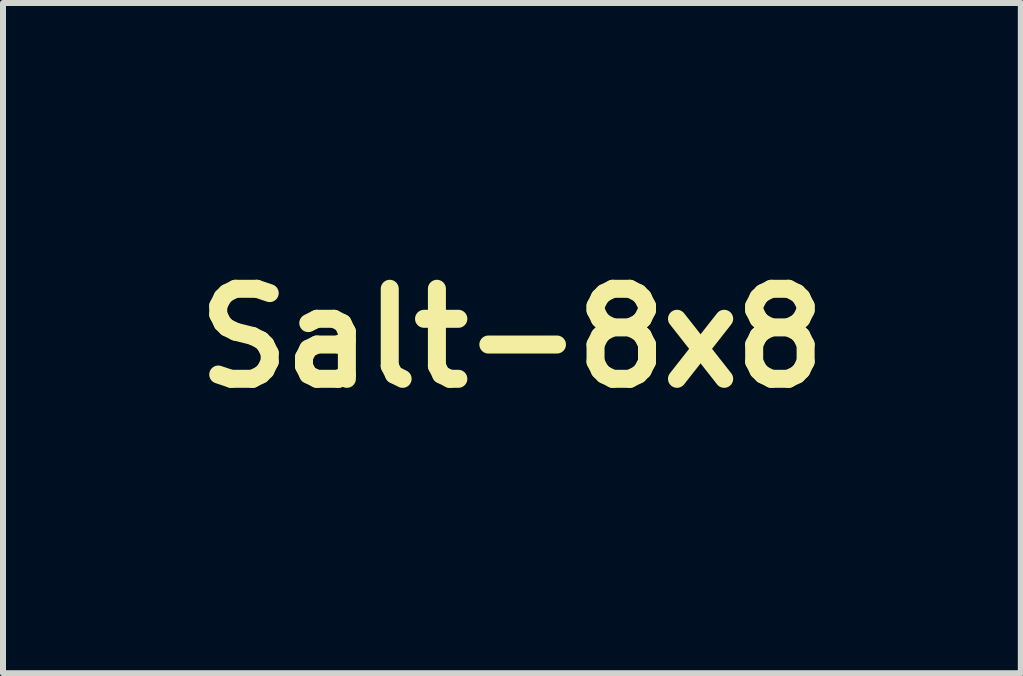
<source format=kicad_pcb>
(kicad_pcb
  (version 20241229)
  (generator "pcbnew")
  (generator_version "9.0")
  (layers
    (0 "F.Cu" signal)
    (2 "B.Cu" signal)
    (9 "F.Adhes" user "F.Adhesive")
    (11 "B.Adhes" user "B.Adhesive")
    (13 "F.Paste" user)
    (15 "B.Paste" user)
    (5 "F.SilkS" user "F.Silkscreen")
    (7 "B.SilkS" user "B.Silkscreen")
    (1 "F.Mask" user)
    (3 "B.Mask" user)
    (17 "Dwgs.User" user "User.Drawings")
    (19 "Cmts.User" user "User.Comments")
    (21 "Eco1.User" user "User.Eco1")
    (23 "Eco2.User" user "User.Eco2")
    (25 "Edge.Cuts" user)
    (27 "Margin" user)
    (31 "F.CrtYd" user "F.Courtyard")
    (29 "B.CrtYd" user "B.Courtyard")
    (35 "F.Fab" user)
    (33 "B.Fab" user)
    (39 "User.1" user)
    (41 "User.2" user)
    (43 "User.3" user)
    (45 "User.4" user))
  (footprint "Salt-8x8"
    (layer "F.Cu")
    (at 5.479 2.583)
    (property "Reference" "Salt-8x8" (at 0 0 0) (layer "F.SilkS") (effects (font (size 1.5 1.5) (thickness 0.3))))
    (attr board_only exclude_from_pos_files exclude_from_bom)
    (fp_poly (pts (xy 0.774 1.57) (xy 0.789 1.576) (xy 0.811 1.588) (xy 0.828 1.605) (xy 0.841 1.625) (xy 0.849 1.646) (xy 0.851 1.669) (xy 0.849 1.693) (xy 0.842 1.716) (xy 0.829 1.737) (xy 0.814 1.753) (xy 0.796 1.764) (xy 0.774 1.77) (xy 0.763 1.771) (xy 0.745 1.771) (xy 0.73 1.768) (xy 0.724 1.766) (xy 0.699 1.755) (xy 0.678 1.74) (xy 0.663 1.723) (xy 0.652 1.704) (xy 0.647 1.683) (xy 0.648 1.66) (xy 0.648 1.658) (xy 0.654 1.636) (xy 0.664 1.615) (xy 0.677 1.597) (xy 0.692 1.582) (xy 0.708 1.573) (xy 0.709 1.572) (xy 0.729 1.567) (xy 0.752 1.567)) (stroke (width 0) (type solid)) (fill yes) (layer "F.Mask"))
    (fp_poly (pts (xy -1.762 -2.353) (xy -1.743 -2.349) (xy -1.737 -2.347) (xy -1.721 -2.337) (xy -1.705 -2.324) (xy -1.693 -2.309) (xy -1.691 -2.304) (xy -1.686 -2.291) (xy -1.684 -2.274) (xy -1.684 -2.255) (xy -1.687 -2.237) (xy -1.691 -2.224) (xy -1.703 -2.205) (xy -1.718 -2.19) (xy -1.737 -2.179) (xy -1.758 -2.172) (xy -1.78 -2.171) (xy -1.794 -2.173) (xy -1.812 -2.179) (xy -1.83 -2.189) (xy -1.847 -2.201) (xy -1.849 -2.203) (xy -1.864 -2.22) (xy -1.873 -2.238) (xy -1.877 -2.258) (xy -1.875 -2.278) (xy -1.869 -2.298) (xy -1.859 -2.316) (xy -1.844 -2.331) (xy -1.824 -2.344) (xy -1.821 -2.345) (xy -1.804 -2.351) (xy -1.783 -2.354)) (stroke (width 0) (type solid)) (fill yes) (layer "F.Mask"))
    (fp_poly (pts (xy -1.414 -2.437) (xy -1.396 -2.434) (xy -1.382 -2.43) (xy -1.361 -2.418) (xy -1.344 -2.402) (xy -1.333 -2.384) (xy -1.327 -2.364) (xy -1.327 -2.353) (xy -1.33 -2.333) (xy -1.338 -2.313) (xy -1.352 -2.295) (xy -1.37 -2.28) (xy -1.385 -2.271) (xy -1.399 -2.267) (xy -1.417 -2.264) (xy -1.435 -2.263) (xy -1.453 -2.264) (xy -1.465 -2.267) (xy -1.482 -2.276) (xy -1.497 -2.289) (xy -1.508 -2.305) (xy -1.51 -2.308) (xy -1.515 -2.322) (xy -1.517 -2.34) (xy -1.517 -2.358) (xy -1.515 -2.376) (xy -1.51 -2.39) (xy -1.51 -2.391) (xy -1.499 -2.406) (xy -1.484 -2.42) (xy -1.466 -2.43) (xy -1.452 -2.435) (xy -1.433 -2.437)) (stroke (width 0) (type solid)) (fill yes) (layer "F.Mask"))
    (fp_poly (pts (xy -1.047 -2.369) (xy -1.025 -2.361) (xy -1.006 -2.349) (xy -0.991 -2.331) (xy -0.985 -2.321) (xy -0.977 -2.299) (xy -0.975 -2.278) (xy -0.979 -2.257) (xy -0.988 -2.238) (xy -1.002 -2.222) (xy -1.021 -2.209) (xy -1.026 -2.207) (xy -1.041 -2.202) (xy -1.059 -2.199) (xy -1.079 -2.198) (xy -1.097 -2.199) (xy -1.112 -2.202) (xy -1.123 -2.207) (xy -1.135 -2.213) (xy -1.141 -2.217) (xy -1.155 -2.23) (xy -1.165 -2.246) (xy -1.171 -2.264) (xy -1.171 -2.283) (xy -1.168 -2.303) (xy -1.16 -2.321) (xy -1.148 -2.338) (xy -1.133 -2.353) (xy -1.115 -2.364) (xy -1.104 -2.368) (xy -1.093 -2.371) (xy -1.08 -2.372) (xy -1.073 -2.372)) (stroke (width 0) (type solid)) (fill yes) (layer "F.Mask"))
    (fp_poly (pts (xy 2.199 1.455) (xy 2.208 1.459) (xy 2.22 1.465) (xy 2.233 1.474) (xy 2.244 1.484) (xy 2.253 1.493) (xy 2.254 1.494) (xy 2.267 1.516) (xy 2.275 1.539) (xy 2.278 1.563) (xy 2.276 1.585) (xy 2.275 1.589) (xy 2.267 1.609) (xy 2.254 1.626) (xy 2.237 1.638) (xy 2.218 1.647) (xy 2.196 1.65) (xy 2.177 1.648) (xy 2.156 1.641) (xy 2.138 1.629) (xy 2.123 1.612) (xy 2.113 1.593) (xy 2.112 1.592) (xy 2.109 1.573) (xy 2.109 1.553) (xy 2.113 1.533) (xy 2.118 1.521) (xy 2.127 1.505) (xy 2.138 1.49) (xy 2.152 1.477) (xy 2.166 1.466) (xy 2.18 1.459) (xy 2.193 1.455)) (stroke (width 0) (type solid)) (fill yes) (layer "F.Mask"))
    (fp_poly (pts (xy 1.425 -2.429) (xy 1.429 -2.429) (xy 1.444 -2.427) (xy 1.456 -2.425) (xy 1.467 -2.421) (xy 1.471 -2.419) (xy 1.491 -2.406) (xy 1.506 -2.39) (xy 1.515 -2.372) (xy 1.519 -2.352) (xy 1.517 -2.332) (xy 1.51 -2.312) (xy 1.497 -2.292) (xy 1.487 -2.28) (xy 1.47 -2.265) (xy 1.451 -2.255) (xy 1.432 -2.249) (xy 1.415 -2.248) (xy 1.404 -2.25) (xy 1.383 -2.259) (xy 1.364 -2.271) (xy 1.348 -2.286) (xy 1.336 -2.302) (xy 1.328 -2.319) (xy 1.325 -2.336) (xy 1.325 -2.342) (xy 1.328 -2.356) (xy 1.335 -2.372) (xy 1.344 -2.388) (xy 1.353 -2.401) (xy 1.357 -2.405) (xy 1.367 -2.412) (xy 1.379 -2.419) (xy 1.385 -2.422) (xy 1.394 -2.426) (xy 1.403 -2.428) (xy 1.412 -2.429)) (stroke (width 0) (type solid)) (fill yes) (layer "F.Mask"))
    (fp_poly (pts (xy 1.082 -2.338) (xy 1.094 -2.337) (xy 1.103 -2.336) (xy 1.11 -2.334) (xy 1.118 -2.332) (xy 1.119 -2.331) (xy 1.137 -2.32) (xy 1.153 -2.305) (xy 1.165 -2.289) (xy 1.169 -2.279) (xy 1.171 -2.266) (xy 1.171 -2.255) (xy 1.17 -2.237) (xy 1.165 -2.222) (xy 1.157 -2.209) (xy 1.145 -2.195) (xy 1.128 -2.181) (xy 1.11 -2.173) (xy 1.089 -2.169) (xy 1.065 -2.169) (xy 1.048 -2.172) (xy 1.027 -2.176) (xy 1.011 -2.182) (xy 1 -2.189) (xy 0.99 -2.199) (xy 0.982 -2.213) (xy 0.978 -2.22) (xy 0.972 -2.242) (xy 0.972 -2.264) (xy 0.978 -2.286) (xy 0.989 -2.308) (xy 0.994 -2.314) (xy 1.001 -2.323) (xy 1.009 -2.33) (xy 1.019 -2.334) (xy 1.031 -2.336) (xy 1.047 -2.338) (xy 1.065 -2.338)) (stroke (width 0) (type solid)) (fill yes) (layer "F.Mask"))
    (fp_poly (pts (xy 1.791 -2.363) (xy 1.802 -2.361) (xy 1.81 -2.359) (xy 1.818 -2.356) (xy 1.836 -2.344) (xy 1.849 -2.33) (xy 1.858 -2.317) (xy 1.862 -2.308) (xy 1.864 -2.299) (xy 1.865 -2.289) (xy 1.866 -2.275) (xy 1.865 -2.261) (xy 1.864 -2.251) (xy 1.862 -2.242) (xy 1.858 -2.233) (xy 1.847 -2.217) (xy 1.835 -2.205) (xy 1.818 -2.195) (xy 1.815 -2.193) (xy 1.793 -2.186) (xy 1.77 -2.185) (xy 1.747 -2.19) (xy 1.735 -2.194) (xy 1.716 -2.206) (xy 1.7 -2.221) (xy 1.687 -2.238) (xy 1.677 -2.256) (xy 1.673 -2.274) (xy 1.673 -2.278) (xy 1.676 -2.297) (xy 1.685 -2.315) (xy 1.698 -2.332) (xy 1.716 -2.346) (xy 1.732 -2.355) (xy 1.741 -2.359) (xy 1.75 -2.361) (xy 1.761 -2.362) (xy 1.775 -2.363) (xy 1.776 -2.363)) (stroke (width 0) (type solid)) (fill yes) (layer "F.Mask"))
    (fp_poly (pts (xy 1.68 0.931) (xy 1.688 0.935) (xy 1.69 0.937) (xy 1.702 0.948) (xy 1.708 0.959) (xy 1.707 0.971) (xy 1.707 0.973) (xy 1.702 0.98) (xy 1.693 0.99) (xy 1.681 1) (xy 1.667 1.012) (xy 1.652 1.022) (xy 1.639 1.031) (xy 1.601 1.05) (xy 1.56 1.065) (xy 1.516 1.075) (xy 1.47 1.081) (xy 1.424 1.083) (xy 1.385 1.08) (xy 1.338 1.071) (xy 1.292 1.057) (xy 1.246 1.036) (xy 1.228 1.026) (xy 1.207 1.013) (xy 1.191 1.001) (xy 1.18 0.989) (xy 1.174 0.978) (xy 1.172 0.967) (xy 1.173 0.955) (xy 1.175 0.95) (xy 1.179 0.94) (xy 1.184 0.933) (xy 1.191 0.93) (xy 1.201 0.93) (xy 1.213 0.934) (xy 1.229 0.941) (xy 1.249 0.952) (xy 1.255 0.956) (xy 1.271 0.965) (xy 1.288 0.974) (xy 1.303 0.982) (xy 1.315 0.988) (xy 1.318 0.989) (xy 1.355 1.001) (xy 1.395 1.008) (xy 1.436 1.011) (xy 1.475 1.01) (xy 1.477 1.009) (xy 1.515 1.003) (xy 1.55 0.993) (xy 1.583 0.978) (xy 1.615 0.959) (xy 1.62 0.955) (xy 1.638 0.943) (xy 1.652 0.935) (xy 1.663 0.931) (xy 1.672 0.929)) (stroke (width 0) (type solid)) (fill yes) (layer "F.Mask"))
    (fp_poly (pts (xy 0.887 0.351) (xy 0.908 0.354) (xy 0.921 0.356) (xy 0.96 0.369) (xy 0.997 0.386) (xy 1.03 0.408) (xy 1.059 0.434) (xy 1.084 0.464) (xy 1.104 0.497) (xy 1.12 0.532) (xy 1.13 0.57) (xy 1.133 0.589) (xy 1.134 0.623) (xy 1.131 0.659) (xy 1.124 0.695) (xy 1.112 0.73) (xy 1.103 0.751) (xy 1.083 0.785) (xy 1.058 0.816) (xy 1.03 0.842) (xy 0.999 0.865) (xy 0.965 0.882) (xy 0.929 0.895) (xy 0.892 0.903) (xy 0.855 0.904) (xy 0.821 0.901) (xy 0.783 0.892) (xy 0.747 0.877) (xy 0.714 0.857) (xy 0.683 0.832) (xy 0.656 0.804) (xy 0.633 0.772) (xy 0.619 0.747) (xy 0.609 0.723) (xy 0.602 0.701) (xy 0.601 0.697) (xy 0.698 0.697) (xy 0.701 0.716) (xy 0.709 0.734) (xy 0.723 0.752) (xy 0.741 0.769) (xy 0.762 0.785) (xy 0.787 0.798) (xy 0.815 0.809) (xy 0.828 0.813) (xy 0.844 0.816) (xy 0.862 0.818) (xy 0.879 0.817) (xy 0.894 0.815) (xy 0.896 0.815) (xy 0.908 0.81) (xy 0.921 0.802) (xy 0.935 0.792) (xy 0.946 0.782) (xy 0.953 0.774) (xy 0.96 0.76) (xy 0.96 0.747) (xy 0.955 0.736) (xy 0.95 0.73) (xy 0.941 0.723) (xy 0.93 0.718) (xy 0.917 0.714) (xy 0.899 0.712) (xy 0.892 0.711) (xy 0.861 0.708) (xy 0.833 0.701) (xy 0.805 0.691) (xy 0.786 0.683) (xy 0.762 0.673) (xy 0.742 0.665) (xy 0.726 0.662) (xy 0.715 0.662) (xy 0.706 0.666) (xy 0.701 0.674) (xy 0.698 0.685) (xy 0.698 0.697) (xy 0.601 0.697) (xy 0.597 0.678) (xy 0.595 0.652) (xy 0.595 0.631) (xy 0.596 0.597) (xy 0.6 0.566) (xy 0.608 0.537) (xy 0.621 0.508) (xy 0.635 0.481) (xy 0.657 0.45) (xy 0.683 0.421) (xy 0.714 0.397) (xy 0.747 0.377) (xy 0.782 0.362) (xy 0.801 0.356) (xy 0.819 0.353) (xy 0.841 0.351) (xy 0.864 0.351)) (stroke (width 0) (type solid)) (fill yes) (layer "F.Mask"))
    (fp_poly (pts (xy 2.009 0.355) (xy 2.047 0.363) (xy 2.084 0.376) (xy 2.12 0.395) (xy 2.134 0.404) (xy 2.165 0.43) (xy 2.192 0.458) (xy 2.214 0.49) (xy 2.231 0.524) (xy 2.243 0.56) (xy 2.25 0.597) (xy 2.253 0.634) (xy 2.25 0.672) (xy 2.243 0.71) (xy 2.231 0.746) (xy 2.213 0.781) (xy 2.19 0.813) (xy 2.171 0.834) (xy 2.142 0.86) (xy 2.109 0.881) (xy 2.074 0.897) (xy 2.038 0.907) (xy 2.001 0.912) (xy 1.963 0.911) (xy 1.962 0.91) (xy 1.924 0.903) (xy 1.887 0.89) (xy 1.853 0.871) (xy 1.821 0.848) (xy 1.792 0.821) (xy 1.767 0.79) (xy 1.752 0.765) (xy 1.883 0.765) (xy 1.885 0.771) (xy 1.89 0.779) (xy 1.901 0.79) (xy 1.903 0.792) (xy 1.914 0.803) (xy 1.924 0.81) (xy 1.934 0.815) (xy 1.942 0.818) (xy 1.969 0.823) (xy 1.999 0.823) (xy 2.026 0.818) (xy 2.057 0.808) (xy 2.083 0.794) (xy 2.106 0.777) (xy 2.111 0.772) (xy 2.128 0.754) (xy 2.139 0.737) (xy 2.145 0.72) (xy 2.146 0.705) (xy 2.146 0.694) (xy 2.145 0.688) (xy 2.141 0.683) (xy 2.138 0.68) (xy 2.132 0.675) (xy 2.126 0.673) (xy 2.117 0.673) (xy 2.111 0.674) (xy 2.094 0.677) (xy 2.073 0.685) (xy 2.065 0.688) (xy 2.039 0.699) (xy 2.013 0.706) (xy 1.989 0.71) (xy 1.982 0.71) (xy 1.965 0.711) (xy 1.947 0.713) (xy 1.931 0.717) (xy 1.919 0.721) (xy 1.917 0.722) (xy 1.908 0.729) (xy 1.899 0.738) (xy 1.89 0.748) (xy 1.885 0.758) (xy 1.883 0.765) (xy 1.752 0.765) (xy 1.747 0.755) (xy 1.731 0.718) (xy 1.725 0.699) (xy 1.721 0.678) (xy 1.719 0.653) (xy 1.718 0.626) (xy 1.719 0.599) (xy 1.722 0.576) (xy 1.725 0.564) (xy 1.737 0.527) (xy 1.752 0.495) (xy 1.77 0.466) (xy 1.794 0.438) (xy 1.802 0.429) (xy 1.833 0.402) (xy 1.865 0.382) (xy 1.9 0.367) (xy 1.935 0.357) (xy 1.972 0.353)) (stroke (width 0) (type solid)) (fill yes) (layer "F.Mask"))
    (fp_poly (pts (xy -1.515 -0.354) (xy -1.457 -0.354) (xy -1.399 -0.353) (xy -1.339 -0.352) (xy -1.28 -0.352) (xy -1.222 -0.35) (xy -1.165 -0.349) (xy -1.111 -0.348) (xy -1.059 -0.346) (xy -1.011 -0.345) (xy -0.967 -0.343) (xy -0.928 -0.341) (xy -0.894 -0.339) (xy -0.894 -0.339) (xy -0.858 -0.337) (xy -0.82 -0.333) (xy -0.781 -0.327) (xy -0.742 -0.321) (xy -0.702 -0.314) (xy -0.663 -0.306) (xy -0.626 -0.298) (xy -0.591 -0.29) (xy -0.559 -0.281) (xy -0.53 -0.272) (xy -0.506 -0.263) (xy -0.487 -0.255) (xy -0.477 -0.249) (xy -0.462 -0.237) (xy -0.452 -0.224) (xy -0.448 -0.21) (xy -0.45 -0.196) (xy -0.454 -0.187) (xy -0.465 -0.174) (xy -0.482 -0.162) (xy -0.505 -0.151) (xy -0.534 -0.14) (xy -0.568 -0.13) (xy -0.609 -0.121) (xy -0.655 -0.112) (xy -0.707 -0.104) (xy -0.765 -0.096) (xy -0.827 -0.089) (xy -0.896 -0.083) (xy -0.97 -0.077) (xy -1.049 -0.073) (xy -1.077 -0.071) (xy -1.091 -0.07) (xy -1.106 -0.07) (xy -1.122 -0.069) (xy -1.14 -0.069) (xy -1.16 -0.068) (xy -1.182 -0.067) (xy -1.208 -0.067) (xy -1.237 -0.066) (xy -1.27 -0.066) (xy -1.309 -0.065) (xy -1.352 -0.065) (xy -1.386 -0.064) (xy -1.405 -0.064) (xy -1.428 -0.064) (xy -1.454 -0.064) (xy -1.48 -0.064) (xy -1.505 -0.064) (xy -1.509 -0.064) (xy -1.531 -0.064) (xy -1.557 -0.065) (xy -1.587 -0.065) (xy -1.618 -0.066) (xy -1.65 -0.067) (xy -1.68 -0.068) (xy -1.69 -0.068) (xy -1.783 -0.071) (xy -1.87 -0.075) (xy -1.951 -0.08) (xy -2.025 -0.086) (xy -2.094 -0.092) (xy -2.156 -0.099) (xy -2.212 -0.107) (xy -2.262 -0.116) (xy -2.306 -0.125) (xy -2.344 -0.135) (xy -2.376 -0.146) (xy -2.402 -0.158) (xy -2.421 -0.17) (xy -2.435 -0.183) (xy -2.442 -0.196) (xy -2.443 -0.21) (xy -2.439 -0.224) (xy -2.428 -0.237) (xy -2.411 -0.249) (xy -2.388 -0.261) (xy -2.359 -0.273) (xy -2.325 -0.284) (xy -2.284 -0.294) (xy -2.236 -0.304) (xy -2.183 -0.314) (xy -2.124 -0.323) (xy -2.059 -0.331) (xy -2.043 -0.333) (xy -2.009 -0.337) (xy -1.979 -0.341) (xy -1.952 -0.343) (xy -1.927 -0.346) (xy -1.904 -0.348) (xy -1.882 -0.349) (xy -1.86 -0.351) (xy -1.838 -0.352) (xy -1.813 -0.352) (xy -1.785 -0.353) (xy -1.755 -0.353) (xy -1.719 -0.354) (xy -1.679 -0.354) (xy -1.675 -0.354) (xy -1.624 -0.354) (xy -1.571 -0.354)) (stroke (width 0) (type solid)) (fill yes) (layer "F.Mask"))
    (fp_poly (pts (xy -2.406 -0.094) (xy -2.364 -0.08) (xy -2.324 -0.069) (xy -2.286 -0.059) (xy -2.249 -0.051) (xy -2.21 -0.043) (xy -2.169 -0.037) (xy -2.124 -0.032) (xy -2.119 -0.031) (xy -2.084 -0.027) (xy -2.047 -0.024) (xy -2.008 -0.021) (xy -1.967 -0.019) (xy -1.923 -0.016) (xy -1.876 -0.014) (xy -1.825 -0.013) (xy -1.771 -0.011) (xy -1.712 -0.01) (xy -1.648 -0.009) (xy -1.58 -0.009) (xy -1.506 -0.008) (xy -1.428 -0.008) (xy -1.358 -0.008) (xy -1.294 -0.009) (xy -1.235 -0.009) (xy -1.181 -0.01) (xy -1.131 -0.01) (xy -1.085 -0.011) (xy -1.043 -0.012) (xy -1.003 -0.014) (xy -0.966 -0.015) (xy -0.931 -0.017) (xy -0.897 -0.019) (xy -0.865 -0.022) (xy -0.833 -0.024) (xy -0.812 -0.026) (xy -0.766 -0.031) (xy -0.72 -0.038) (xy -0.675 -0.045) (xy -0.632 -0.053) (xy -0.591 -0.061) (xy -0.554 -0.07) (xy -0.522 -0.08) (xy -0.494 -0.089) (xy -0.484 -0.093) (xy -0.466 -0.1) (xy -0.454 -0.105) (xy -0.444 -0.109) (xy -0.438 -0.11) (xy -0.433 -0.11) (xy -0.429 -0.108) (xy -0.428 -0.107) (xy -0.423 -0.102) (xy -0.419 -0.094) (xy -0.416 -0.081) (xy -0.415 -0.081) (xy -0.411 -0.059) (xy -0.407 -0.032) (xy -0.402 0.001) (xy -0.397 0.038) (xy -0.393 0.079) (xy -0.388 0.123) (xy -0.384 0.171) (xy -0.379 0.222) (xy -0.375 0.274) (xy -0.371 0.328) (xy -0.368 0.382) (xy -0.364 0.438) (xy -0.361 0.493) (xy -0.361 0.497) (xy -0.359 0.535) (xy -0.358 0.58) (xy -0.356 0.63) (xy -0.354 0.687) (xy -0.352 0.749) (xy -0.35 0.817) (xy -0.348 0.891) (xy -0.347 0.97) (xy -0.345 1.055) (xy -0.343 1.146) (xy -0.341 1.242) (xy -0.339 1.343) (xy -0.337 1.45) (xy -0.335 1.562) (xy -0.333 1.637) (xy -0.327 1.982) (xy -0.351 2.017) (xy -0.378 2.051) (xy -0.407 2.083) (xy -0.441 2.113) (xy -0.479 2.14) (xy -0.521 2.166) (xy -0.568 2.189) (xy -0.621 2.212) (xy -0.679 2.233) (xy -0.685 2.235) (xy -0.75 2.255) (xy -0.817 2.272) (xy -0.887 2.288) (xy -0.955 2.3) (xy -1.021 2.309) (xy -1.043 2.312) (xy -1.082 2.315) (xy -1.125 2.318) (xy -1.174 2.321) (xy -1.225 2.323) (xy -1.279 2.325) (xy -1.335 2.327) (xy -1.391 2.328) (xy -1.447 2.329) (xy -1.502 2.33) (xy -1.555 2.329) (xy -1.605 2.329) (xy -1.651 2.328) (xy -1.67 2.327) (xy -1.736 2.323) (xy -1.804 2.317) (xy -1.872 2.308) (xy -1.94 2.297) (xy -2.007 2.284) (xy -2.073 2.269) (xy -2.136 2.252) (xy -2.195 2.234) (xy -2.25 2.214) (xy -2.301 2.193) (xy -2.332 2.179) (xy -2.373 2.157) (xy -2.408 2.135) (xy -2.44 2.112) (xy -2.468 2.088) (xy -2.493 2.062) (xy -2.516 2.033) (xy -2.526 2.018) (xy -2.55 1.982) (xy -2.545 1.685) (xy -2.196 1.685) (xy -2.194 1.703) (xy -2.192 1.709) (xy -2.185 1.724) (xy -2.171 1.738) (xy -2.152 1.752) (xy -2.128 1.764) (xy -2.121 1.767) (xy -2.101 1.773) (xy -2.084 1.774) (xy -2.07 1.77) (xy -2.052 1.758) (xy -2.034 1.741) (xy -2.02 1.725) (xy -2.006 1.704) (xy -1.997 1.685) (xy -1.994 1.669) (xy -1.994 1.667) (xy -1.997 1.652) (xy -2.004 1.636) (xy -2.015 1.619) (xy -2.028 1.604) (xy -2.043 1.591) (xy -2.059 1.581) (xy -2.065 1.579) (xy -2.084 1.575) (xy -2.105 1.574) (xy -2.121 1.576) (xy -2.137 1.582) (xy -2.154 1.593) (xy -2.17 1.607) (xy -2.182 1.623) (xy -2.189 1.635) (xy -2.193 1.649) (xy -2.196 1.667) (xy -2.196 1.685) (xy -2.545 1.685) (xy -2.545 1.679) (xy -2.543 1.56) (xy -2.543 1.546) (xy -0.729 1.546) (xy -0.729 1.567) (xy -0.726 1.587) (xy -0.721 1.605) (xy -0.719 1.608) (xy -0.708 1.623) (xy -0.693 1.635) (xy -0.674 1.643) (xy -0.653 1.647) (xy -0.632 1.646) (xy -0.627 1.645) (xy -0.608 1.638) (xy -0.592 1.625) (xy -0.579 1.609) (xy -0.571 1.589) (xy -0.567 1.566) (xy -0.567 1.562) (xy -0.57 1.539) (xy -0.577 1.518) (xy -0.59 1.499) (xy -0.594 1.495) (xy -0.61 1.479) (xy -0.624 1.467) (xy -0.637 1.461) (xy -0.65 1.46) (xy -0.664 1.463) (xy -0.672 1.467) (xy -0.685 1.475) (xy -0.698 1.485) (xy -0.709 1.495) (xy -0.718 1.505) (xy -0.721 1.51) (xy -0.727 1.526) (xy -0.729 1.546) (xy -2.543 1.546) (xy -2.541 1.447) (xy -2.539 1.339) (xy -2.537 1.237) (xy -2.535 1.141) (xy -2.533 1.05) (xy -2.531 0.966) (xy -1.676 0.966) (xy -1.673 0.977) (xy -1.664 0.989) (xy -1.649 1.002) (xy -1.628 1.016) (xy -1.601 1.032) (xy -1.588 1.039) (xy -1.57 1.048) (xy -1.552 1.056) (xy -1.536 1.062) (xy -1.519 1.066) (xy -1.501 1.069) (xy -1.48 1.071) (xy -1.456 1.073) (xy -1.428 1.073) (xy -1.395 1.073) (xy -1.368 1.072) (xy -1.347 1.072) (xy -1.33 1.071) (xy -1.317 1.07) (xy -1.307 1.068) (xy -1.299 1.067) (xy -1.282 1.061) (xy -1.262 1.053) (xy -1.24 1.043) (xy -1.219 1.032) (xy -1.198 1.02) (xy -1.18 1.008) (xy -1.166 0.997) (xy -1.159 0.991) (xy -1.152 0.981) (xy -1.148 0.971) (xy -1.148 0.959) (xy -1.148 0.954) (xy -1.151 0.945) (xy -1.158 0.938) (xy -1.166 0.935) (xy -1.167 0.935) (xy -1.178 0.937) (xy -1.194 0.943) (xy -1.212 0.952) (xy -1.232 0.964) (xy -1.25 0.974) (xy -1.266 0.983) (xy -1.282 0.989) (xy -1.299 0.995) (xy -1.316 0.998) (xy -1.337 1.001) (xy -1.361 1.003) (xy -1.389 1.005) (xy -1.408 1.005) (xy -1.436 1.006) (xy -1.458 1.006) (xy -1.477 1.005) (xy -1.494 1.003) (xy -1.51 0.999) (xy -1.526 0.994) (xy -1.543 0.986) (xy -1.562 0.976) (xy -1.586 0.963) (xy -1.594 0.959) (xy -1.614 0.948) (xy -1.629 0.94) (xy -1.641 0.935) (xy -1.649 0.933) (xy -1.654 0.933) (xy -1.656 0.934) (xy -1.664 0.942) (xy -1.671 0.952) (xy -1.675 0.962) (xy -1.676 0.966) (xy -2.531 0.966) (xy -2.531 0.963) (xy -2.529 0.882) (xy -2.526 0.805) (xy -2.525 0.755) (xy -2.182 0.755) (xy -2.181 0.764) (xy -2.178 0.771) (xy -2.174 0.775) (xy -2.168 0.779) (xy -2.165 0.78) (xy -2.16 0.779) (xy -2.153 0.777) (xy -2.146 0.773) (xy -2.136 0.766) (xy -2.125 0.758) (xy -2.122 0.755) (xy -2.097 0.738) (xy -2.068 0.722) (xy -2.037 0.709) (xy -2.014 0.702) (xy -2.002 0.698) (xy -1.991 0.696) (xy -1.98 0.695) (xy -1.968 0.694) (xy -1.953 0.693) (xy -1.934 0.693) (xy -1.932 0.693) (xy -1.905 0.694) (xy -1.882 0.695) (xy -1.862 0.699) (xy -1.844 0.704) (xy -1.825 0.711) (xy -1.809 0.72) (xy -1.795 0.727) (xy -1.78 0.736) (xy -1.767 0.742) (xy -1.766 0.743) (xy -1.749 0.75) (xy -1.734 0.753) (xy -1.723 0.752) (xy -1.715 0.746) (xy -1.712 0.738) (xy -1.712 0.732) (xy -1.102 0.732) (xy -1.1 0.743) (xy -1.094 0.75) (xy -1.084 0.753) (xy -1.073 0.753) (xy -1.058 0.75) (xy -1.044 0.743) (xy -1.04 0.741) (xy -1.013 0.726) (xy -0.985 0.713) (xy -0.955 0.702) (xy -0.927 0.694) (xy -0.9 0.69) (xy -0.876 0.689) (xy -0.872 0.689) (xy -0.861 0.69) (xy -0.847 0.692) (xy -0.83 0.695) (xy -0.815 0.697) (xy -0.779 0.706) (xy -0.748 0.717) (xy -0.721 0.732) (xy -0.715 0.737) (xy -0.706 0.744) (xy -0.695 0.753) (xy -0.683 0.761) (xy -0.682 0.762) (xy -0.668 0.772) (xy -0.656 0.777) (xy -0.646 0.777) (xy -0.637 0.773) (xy -0.635 0.772) (xy -0.629 0.765) (xy -0.623 0.756) (xy -0.622 0.755) (xy -0.616 0.744) (xy -0.624 0.732) (xy -0.633 0.721) (xy -0.646 0.709) (xy -0.662 0.695) (xy -0.68 0.682) (xy -0.688 0.676) (xy -0.722 0.656) (xy -0.759 0.64) (xy -0.781 0.633) (xy -0.791 0.631) (xy -0.801 0.629) (xy -0.811 0.627) (xy -0.821 0.626) (xy -0.835 0.626) (xy -0.852 0.625) (xy -0.872 0.625) (xy -0.893 0.625) (xy -0.91 0.626) (xy -0.922 0.626) (xy -0.932 0.627) (xy -0.941 0.628) (xy -0.949 0.63) (xy -0.959 0.633) (xy -0.961 0.634) (xy -0.985 0.642) (xy -1.009 0.653) (xy -1.032 0.665) (xy -1.053 0.677) (xy -1.07 0.691) (xy -1.085 0.704) (xy -1.095 0.716) (xy -1.101 0.727) (xy -1.102 0.732) (xy -1.712 0.732) (xy -1.711 0.728) (xy -1.716 0.718) (xy -1.725 0.706) (xy -1.734 0.697) (xy -1.76 0.676) (xy -1.79 0.657) (xy -1.822 0.641) (xy -1.848 0.632) (xy -1.862 0.629) (xy -1.881 0.627) (xy -1.902 0.626) (xy -1.926 0.625) (xy -1.95 0.625) (xy -1.973 0.625) (xy -1.994 0.626) (xy -2.012 0.628) (xy -2.024 0.63) (xy -2.054 0.641) (xy -2.084 0.654) (xy -2.112 0.67) (xy -2.138 0.688) (xy -2.158 0.706) (xy -2.159 0.707) (xy -2.17 0.719) (xy -2.177 0.729) (xy -2.181 0.739) (xy -2.182 0.75) (xy -2.182 0.755) (xy -2.525 0.755) (xy -2.524 0.732) (xy -2.522 0.663) (xy -2.52 0.598) (xy -2.517 0.537) (xy -2.515 0.479) (xy -2.512 0.425) (xy -2.509 0.373) (xy -2.507 0.324) (xy -2.504 0.278) (xy -2.501 0.235) (xy -2.498 0.193) (xy -2.494 0.154) (xy -2.492 0.131) (xy -2.489 0.097) (xy -2.485 0.063) (xy -2.481 0.031) (xy -2.477 0.001) (xy -2.473 -0.027) (xy -2.469 -0.051) (xy -2.465 -0.072) (xy -2.462 -0.089) (xy -2.458 -0.101) (xy -2.455 -0.109) (xy -2.453 -0.11)) (stroke (width 0) (type solid)) (fill yes) (layer "F.Mask"))
    (fp_poly (pts (xy 1.293 -0.416) (xy 1.354 -0.416) (xy 1.408 -0.416) (xy 1.48 -0.415) (xy 1.546 -0.414) (xy 1.607 -0.414) (xy 1.663 -0.413) (xy 1.714 -0.412) (xy 1.762 -0.41) (xy 1.805 -0.409) (xy 1.845 -0.407) (xy 1.882 -0.405) (xy 1.917 -0.403) (xy 1.95 -0.401) (xy 1.98 -0.398) (xy 2.01 -0.396) (xy 2.017 -0.395) (xy 2.083 -0.387) (xy 2.145 -0.378) (xy 2.201 -0.367) (xy 2.252 -0.356) (xy 2.298 -0.343) (xy 2.338 -0.329) (xy 2.373 -0.314) (xy 2.402 -0.298) (xy 2.426 -0.281) (xy 2.443 -0.263) (xy 2.455 -0.244) (xy 2.456 -0.24) (xy 2.461 -0.225) (xy 2.466 -0.204) (xy 2.472 -0.178) (xy 2.478 -0.148) (xy 2.484 -0.113) (xy 2.49 -0.075) (xy 2.496 -0.034) (xy 2.502 0.009) (xy 2.508 0.054) (xy 2.513 0.1) (xy 2.519 0.147) (xy 2.523 0.194) (xy 2.528 0.241) (xy 2.532 0.287) (xy 2.532 0.293) (xy 2.535 0.328) (xy 2.538 0.369) (xy 2.54 0.414) (xy 2.543 0.465) (xy 2.545 0.521) (xy 2.548 0.581) (xy 2.55 0.644) (xy 2.553 0.711) (xy 2.555 0.781) (xy 2.557 0.854) (xy 2.559 0.928) (xy 2.561 1.005) (xy 2.563 1.083) (xy 2.565 1.162) (xy 2.567 1.242) (xy 2.568 1.322) (xy 2.57 1.402) (xy 2.571 1.482) (xy 2.572 1.56) (xy 2.573 1.638) (xy 2.573 1.681) (xy 2.573 1.731) (xy 2.574 1.775) (xy 2.574 1.814) (xy 2.574 1.849) (xy 2.574 1.878) (xy 2.574 1.904) (xy 2.573 1.925) (xy 2.572 1.944) (xy 2.571 1.96) (xy 2.57 1.973) (xy 2.569 1.984) (xy 2.567 1.993) (xy 2.565 2.001) (xy 2.562 2.009) (xy 2.56 2.016) (xy 2.557 2.021) (xy 2.541 2.05) (xy 2.519 2.08) (xy 2.492 2.111) (xy 2.461 2.14) (xy 2.426 2.169) (xy 2.387 2.196) (xy 2.346 2.221) (xy 2.312 2.24) (xy 2.274 2.257) (xy 2.232 2.274) (xy 2.184 2.29) (xy 2.134 2.305) (xy 2.08 2.32) (xy 2.024 2.333) (xy 1.968 2.345) (xy 1.911 2.355) (xy 1.875 2.361) (xy 1.82 2.368) (xy 1.76 2.374) (xy 1.696 2.379) (xy 1.628 2.383) (xy 1.558 2.386) (xy 1.487 2.388) (xy 1.415 2.389) (xy 1.344 2.388) (xy 1.289 2.387) (xy 1.187 2.383) (xy 1.089 2.376) (xy 0.997 2.367) (xy 0.909 2.355) (xy 0.826 2.34) (xy 0.748 2.324) (xy 0.675 2.305) (xy 0.608 2.283) (xy 0.546 2.259) (xy 0.489 2.233) (xy 0.437 2.205) (xy 0.391 2.174) (xy 0.351 2.141) (xy 0.324 2.116) (xy 0.306 2.094) (xy 0.289 2.071) (xy 0.272 2.044) (xy 0.255 2.013) (xy 0.248 2) (xy 0.235 1.974) (xy 0.304 1.974) (xy 0.313 1.992) (xy 0.328 2.02) (xy 0.349 2.048) (xy 0.375 2.076) (xy 0.405 2.103) (xy 0.439 2.129) (xy 0.475 2.153) (xy 0.513 2.175) (xy 0.538 2.187) (xy 0.557 2.195) (xy 0.581 2.204) (xy 0.608 2.214) (xy 0.637 2.224) (xy 0.666 2.233) (xy 0.695 2.242) (xy 0.706 2.245) (xy 0.797 2.269) (xy 0.892 2.288) (xy 0.992 2.304) (xy 1.097 2.316) (xy 1.202 2.324) (xy 1.219 2.325) (xy 1.242 2.325) (xy 1.269 2.326) (xy 1.299 2.326) (xy 1.332 2.327) (xy 1.366 2.327) (xy 1.401 2.327) (xy 1.436 2.327) (xy 1.469 2.327) (xy 1.501 2.326) (xy 1.529 2.326) (xy 1.554 2.325) (xy 1.574 2.324) (xy 1.579 2.324) (xy 1.672 2.318) (xy 1.762 2.31) (xy 1.848 2.299) (xy 1.929 2.286) (xy 2.006 2.271) (xy 2.078 2.254) (xy 2.145 2.235) (xy 2.207 2.214) (xy 2.264 2.191) (xy 2.315 2.166) (xy 2.36 2.14) (xy 2.367 2.135) (xy 2.398 2.113) (xy 2.424 2.092) (xy 2.447 2.068) (xy 2.469 2.042) (xy 2.491 2.012) (xy 2.491 2.011) (xy 2.512 1.98) (xy 2.509 1.725) (xy 2.509 1.682) (xy 2.508 1.637) (xy 2.508 1.592) (xy 2.507 1.547) (xy 2.506 1.504) (xy 2.506 1.462) (xy 2.505 1.423) (xy 2.505 1.388) (xy 2.504 1.358) (xy 2.503 1.335) (xy 2.501 1.231) (xy 2.499 1.132) (xy 2.496 1.04) (xy 2.494 0.954) (xy 2.492 0.874) (xy 2.49 0.799) (xy 2.488 0.73) (xy 2.486 0.667) (xy 2.484 0.61) (xy 2.483 0.558) (xy 2.481 0.512) (xy 2.48 0.471) (xy 2.478 0.435) (xy 2.477 0.405) (xy 2.476 0.38) (xy 2.475 0.375) (xy 2.473 0.348) (xy 2.471 0.316) (xy 2.468 0.28) (xy 2.464 0.24) (xy 2.46 0.199) (xy 2.455 0.157) (xy 2.451 0.115) (xy 2.446 0.073) (xy 2.443 0.049) (xy 2.438 0.014) (xy 2.435 -0.015) (xy 2.431 -0.04) (xy 2.428 -0.059) (xy 2.426 -0.075) (xy 2.423 -0.086) (xy 2.421 -0.095) (xy 2.418 -0.1) (xy 2.416 -0.103) (xy 2.413 -0.105) (xy 2.412 -0.105) (xy 2.407 -0.104) (xy 2.398 -0.101) (xy 2.387 -0.096) (xy 2.383 -0.094) (xy 2.353 -0.083) (xy 2.317 -0.071) (xy 2.276 -0.06) (xy 2.23 -0.049) (xy 2.181 -0.039) (xy 2.128 -0.03) (xy 2.114 -0.028) (xy 2.093 -0.025) (xy 2.07 -0.022) (xy 2.046 -0.02) (xy 2.019 -0.018) (xy 1.989 -0.016) (xy 1.955 -0.014) (xy 1.92 -0.012) (xy 1.817 -0.008) (xy 1.715 -0.005) (xy 1.614 -0.002) (xy 1.516 -0.000185) (xy 1.421 0.001) (xy 1.329 0.001) (xy 1.24 0.001) (xy 1.155 -0.000027) (xy 1.074 -0.002) (xy 0.998 -0.004) (xy 0.927 -0.008) (xy 0.861 -0.012) (xy 0.833 -0.014) (xy 0.761 -0.021) (xy 0.694 -0.029) (xy 0.633 -0.038) (xy 0.578 -0.048) (xy 0.528 -0.06) (xy 0.482 -0.073) (xy 0.442 -0.087) (xy 0.425 -0.094) (xy 0.412 -0.1) (xy 0.402 -0.103) (xy 0.394 -0.106) (xy 0.392 -0.106) (xy 0.391 -0.102) (xy 0.389 -0.093) (xy 0.387 -0.08) (xy 0.385 -0.062) (xy 0.382 -0.041) (xy 0.379 -0.017) (xy 0.375 0.008) (xy 0.372 0.035) (xy 0.368 0.063) (xy 0.364 0.09) (xy 0.361 0.117) (xy 0.358 0.142) (xy 0.355 0.165) (xy 0.354 0.176) (xy 0.352 0.193) (xy 0.35 0.213) (xy 0.348 0.236) (xy 0.346 0.262) (xy 0.345 0.292) (xy 0.343 0.326) (xy 0.341 0.364) (xy 0.339 0.407) (xy 0.337 0.454) (xy 0.335 0.505) (xy 0.333 0.562) (xy 0.331 0.625) (xy 0.329 0.692) (xy 0.327 0.766) (xy 0.326 0.806) (xy 0.322 0.922) (xy 0.319 1.033) (xy 0.316 1.137) (xy 0.314 1.235) (xy 0.312 1.328) (xy 0.31 1.415) (xy 0.308 1.496) (xy 0.307 1.571) (xy 0.306 1.641) (xy 0.305 1.706) (xy 0.305 1.765) (xy 0.304 1.796) (xy 0.304 1.974) (xy 0.235 1.974) (xy 0.227 1.958) (xy 0.239 1.534) (xy 0.24 1.48) (xy 0.242 1.426) (xy 0.243 1.372) (xy 0.245 1.318) (xy 0.246 1.266) (xy 0.248 1.216) (xy 0.249 1.168) (xy 0.25 1.123) (xy 0.251 1.081) (xy 0.252 1.044) (xy 0.253 1.011) (xy 0.254 0.982) (xy 0.255 0.96) (xy 0.255 0.958) (xy 0.258 0.858) (xy 0.261 0.763) (xy 0.264 0.674) (xy 0.267 0.59) (xy 0.271 0.512) (xy 0.274 0.439) (xy 0.278 0.371) (xy 0.281 0.308) (xy 0.285 0.249) (xy 0.289 0.195) (xy 0.293 0.145) (xy 0.298 0.099) (xy 0.302 0.056) (xy 0.307 0.017) (xy 0.312 -0.018) (xy 0.317 -0.051) (xy 0.318 -0.057) (xy 0.322 -0.081) (xy 0.325 -0.101) (xy 0.328 -0.117) (xy 0.33 -0.133) (xy 0.331 -0.148) (xy 0.332 -0.164) (xy 0.333 -0.177) (xy 0.335 -0.199) (xy 0.335 -0.203) (xy 0.398 -0.203) (xy 0.4 -0.2) (xy 0.407 -0.194) (xy 0.415 -0.186) (xy 0.426 -0.178) (xy 0.436 -0.169) (xy 0.446 -0.162) (xy 0.454 -0.156) (xy 0.455 -0.156) (xy 0.464 -0.151) (xy 0.477 -0.145) (xy 0.492 -0.14) (xy 0.498 -0.137) (xy 0.524 -0.129) (xy 0.555 -0.121) (xy 0.59 -0.113) (xy 0.629 -0.107) (xy 0.672 -0.1) (xy 0.72 -0.095) (xy 0.773 -0.089) (xy 0.831 -0.085) (xy 0.893 -0.081) (xy 0.962 -0.077) (xy 1.035 -0.074) (xy 1.114 -0.071) (xy 1.2 -0.068) (xy 1.272 -0.067) (xy 1.291 -0.066) (xy 1.316 -0.066) (xy 1.346 -0.066) (xy 1.379 -0.066) (xy 1.414 -0.066) (xy 1.452 -0.067) (xy 1.491 -0.067) (xy 1.53 -0.067) (xy 1.568 -0.068) (xy 1.605 -0.068) (xy 1.639 -0.069) (xy 1.67 -0.07) (xy 1.697 -0.07) (xy 1.72 -0.071) (xy 1.725 -0.071) (xy 1.813 -0.075) (xy 1.894 -0.08) (xy 1.97 -0.085) (xy 2.039 -0.091) (xy 2.103 -0.098) (xy 2.16 -0.106) (xy 2.212 -0.115) (xy 2.257 -0.124) (xy 2.296 -0.135) (xy 2.329 -0.146) (xy 2.356 -0.158) (xy 2.377 -0.17) (xy 2.379 -0.172) (xy 2.391 -0.183) (xy 2.397 -0.195) (xy 2.397 -0.206) (xy 2.391 -0.218) (xy 2.38 -0.229) (xy 2.363 -0.241) (xy 2.341 -0.252) (xy 2.313 -0.263) (xy 2.281 -0.274) (xy 2.244 -0.284) (xy 2.202 -0.294) (xy 2.155 -0.303) (xy 2.104 -0.312) (xy 2.049 -0.32) (xy 2.019 -0.324) (xy 1.98 -0.328) (xy 1.937 -0.332) (xy 1.888 -0.336) (xy 1.835 -0.339) (xy 1.778 -0.342) (xy 1.718 -0.344) (xy 1.656 -0.347) (xy 1.592 -0.348) (xy 1.526 -0.35) (xy 1.46 -0.351) (xy 1.393 -0.351) (xy 1.328 -0.351) (xy 1.263 -0.351) (xy 1.2 -0.35) (xy 1.14 -0.348) (xy 1.082 -0.346) (xy 1.061 -0.346) (xy 0.979 -0.341) (xy 0.902 -0.336) (xy 0.83 -0.33) (xy 0.763 -0.323) (xy 0.702 -0.315) (xy 0.646 -0.306) (xy 0.596 -0.296) (xy 0.552 -0.286) (xy 0.514 -0.274) (xy 0.482 -0.262) (xy 0.474 -0.258) (xy 0.463 -0.252) (xy 0.45 -0.245) (xy 0.437 -0.236) (xy 0.424 -0.227) (xy 0.413 -0.218) (xy 0.404 -0.211) (xy 0.399 -0.205) (xy 0.398 -0.203) (xy 0.335 -0.203) (xy 0.337 -0.215) (xy 0.34 -0.228) (xy 0.344 -0.239) (xy 0.35 -0.249) (xy 0.357 -0.258) (xy 0.368 -0.27) (xy 0.384 -0.284) (xy 0.401 -0.296) (xy 0.417 -0.306) (xy 0.447 -0.321) (xy 0.484 -0.335) (xy 0.526 -0.348) (xy 0.573 -0.361) (xy 0.626 -0.372) (xy 0.684 -0.382) (xy 0.747 -0.39) (xy 0.814 -0.398) (xy 0.885 -0.405) (xy 0.961 -0.41) (xy 1.04 -0.414) (xy 1.047 -0.414) (xy 1.073 -0.415) (xy 1.105 -0.415) (xy 1.143 -0.416) (xy 1.187 -0.416) (xy 1.237 -0.416)) (stroke (width 0) (type solid)) (fill yes) (layer "F.Mask"))
    (fp_poly (pts (xy -1.442 -2.583) (xy -1.398 -2.583) (xy -1.287 -2.581) (xy -1.182 -2.577) (xy -1.081 -2.571) (xy -0.986 -2.564) (xy -0.896 -2.555) (xy -0.81 -2.544) (xy -0.736 -2.532) (xy -0.649 -2.516) (xy -0.567 -2.498) (xy -0.491 -2.477) (xy -0.421 -2.454) (xy -0.357 -2.429) (xy -0.298 -2.402) (xy -0.245 -2.373) (xy -0.197 -2.342) (xy -0.156 -2.308) (xy -0.12 -2.273) (xy -0.09 -2.235) (xy -0.066 -2.195) (xy -0.047 -2.153) (xy -0.034 -2.109) (xy -0.027 -2.063) (xy -0.026 -2.015) (xy -0.028 -1.992) (xy -0.035 -1.937) (xy -0.045 -1.88) (xy -0.059 -1.823) (xy -0.076 -1.767) (xy -0.096 -1.713) (xy -0.118 -1.662) (xy -0.142 -1.614) (xy -0.167 -1.573) (xy -0.176 -1.559) (xy -0.186 -1.546) (xy -0.194 -1.535) (xy -0.2 -1.528) (xy -0.214 -1.511) (xy -0.225 -1.497) (xy -0.231 -1.487) (xy -0.234 -1.478) (xy -0.233 -1.47) (xy -0.23 -1.462) (xy -0.225 -1.455) (xy -0.211 -1.433) (xy -0.2 -1.406) (xy -0.193 -1.374) (xy -0.189 -1.337) (xy -0.189 -1.335) (xy -0.189 -1.303) (xy -0.192 -1.275) (xy -0.198 -1.251) (xy -0.207 -1.229) (xy -0.209 -1.226) (xy -0.214 -1.217) (xy -0.217 -1.209) (xy -0.219 -1.203) (xy -0.22 -1.194) (xy -0.22 -1.182) (xy -0.22 -1.171) (xy -0.218 -1.143) (xy -0.215 -1.112) (xy -0.209 -1.079) (xy -0.202 -1.046) (xy -0.199 -1.035) (xy -0.195 -1.019) (xy -0.189 -1.005) (xy -0.183 -0.991) (xy -0.175 -0.975) (xy -0.168 -0.964) (xy -0.158 -0.943) (xy -0.153 -0.92) (xy -0.151 -0.892) (xy -0.151 -0.892) (xy -0.154 -0.858) (xy -0.163 -0.825) (xy -0.178 -0.794) (xy -0.199 -0.765) (xy -0.21 -0.752) (xy -0.233 -0.727) (xy -0.233 -0.706) (xy -0.232 -0.696) (xy -0.231 -0.682) (xy -0.228 -0.664) (xy -0.225 -0.643) (xy -0.221 -0.622) (xy -0.22 -0.614) (xy -0.214 -0.58) (xy -0.207 -0.541) (xy -0.2 -0.498) (xy -0.194 -0.451) (xy -0.187 -0.403) (xy -0.18 -0.353) (xy -0.173 -0.302) (xy -0.166 -0.252) (xy -0.16 -0.202) (xy -0.154 -0.153) (xy -0.149 -0.108) (xy -0.144 -0.065) (xy -0.14 -0.026) (xy -0.137 0.008) (xy -0.136 0.028) (xy -0.134 0.057) (xy -0.132 0.091) (xy -0.13 0.131) (xy -0.128 0.176) (xy -0.126 0.226) (xy -0.124 0.28) (xy -0.122 0.338) (xy -0.12 0.399) (xy -0.118 0.464) (xy -0.116 0.531) (xy -0.113 0.6) (xy -0.111 0.672) (xy -0.109 0.745) (xy -0.107 0.819) (xy -0.105 0.894) (xy -0.103 0.969) (xy -0.101 1.045) (xy -0.099 1.12) (xy -0.098 1.195) (xy -0.096 1.269) (xy -0.095 1.341) (xy -0.093 1.411) (xy -0.092 1.479) (xy -0.091 1.545) (xy -0.09 1.607) (xy -0.089 1.666) (xy -0.088 1.722) (xy -0.088 1.773) (xy -0.087 1.82) (xy -0.087 1.862) (xy -0.087 1.899) (xy -0.087 1.93) (xy -0.087 1.943) (xy -0.088 1.978) (xy -0.089 2.007) (xy -0.09 2.032) (xy -0.091 2.052) (xy -0.093 2.07) (xy -0.095 2.084) (xy -0.097 2.097) (xy -0.1 2.109) (xy -0.104 2.12) (xy -0.106 2.127) (xy -0.125 2.169) (xy -0.15 2.209) (xy -0.181 2.248) (xy -0.218 2.284) (xy -0.26 2.318) (xy -0.309 2.351) (xy -0.363 2.382) (xy -0.423 2.41) (xy -0.489 2.437) (xy -0.561 2.462) (xy -0.639 2.485) (xy -0.685 2.497) (xy -0.737 2.509) (xy -0.791 2.521) (xy -0.845 2.532) (xy -0.899 2.541) (xy -0.95 2.549) (xy -0.989 2.554) (xy -1.037 2.559) (xy -1.09 2.563) (xy -1.148 2.567) (xy -1.209 2.57) (xy -1.274 2.572) (xy -1.34 2.573) (xy -1.407 2.574) (xy -1.475 2.573) (xy -1.542 2.572) (xy -1.596 2.571) (xy -1.678 2.567) (xy -1.756 2.563) (xy -1.83 2.557) (xy -1.9 2.55) (xy -1.965 2.542) (xy -2.025 2.534) (xy -2.076 2.525) (xy -2.163 2.505) (xy -2.247 2.482) (xy -2.327 2.456) (xy -2.403 2.426) (xy -2.473 2.394) (xy -2.539 2.358) (xy -2.6 2.319) (xy -2.61 2.312) (xy -2.624 2.301) (xy -2.641 2.287) (xy -2.659 2.27) (xy -2.677 2.253) (xy -2.694 2.235) (xy -2.71 2.217) (xy -2.723 2.202) (xy -2.731 2.192) (xy -2.743 2.173) (xy -2.752 2.156) (xy -2.76 2.139) (xy -2.767 2.121) (xy -2.772 2.101) (xy -2.776 2.079) (xy -2.78 2.053) (xy -2.783 2.022) (xy -2.785 1.999) (xy -2.786 1.985) (xy -2.786 1.965) (xy -2.787 1.941) (xy -2.787 1.911) (xy -2.787 1.908) (xy -2.72 1.908) (xy -2.719 1.948) (xy -2.718 1.983) (xy -2.716 2.014) (xy -2.714 2.041) (xy -2.71 2.066) (xy -2.704 2.088) (xy -2.698 2.108) (xy -2.69 2.126) (xy -2.681 2.143) (xy -2.671 2.159) (xy -2.658 2.175) (xy -2.644 2.191) (xy -2.628 2.208) (xy -2.624 2.213) (xy -2.595 2.239) (xy -2.567 2.264) (xy -2.536 2.286) (xy -2.504 2.307) (xy -2.468 2.326) (xy -2.43 2.345) (xy -2.386 2.364) (xy -2.338 2.382) (xy -2.302 2.395) (xy -2.236 2.415) (xy -2.165 2.434) (xy -2.089 2.451) (xy -2.008 2.466) (xy -1.923 2.479) (xy -1.835 2.489) (xy -1.743 2.498) (xy -1.649 2.504) (xy -1.553 2.508) (xy -1.455 2.509) (xy -1.356 2.508) (xy -1.292 2.506) (xy -1.185 2.501) (xy -1.083 2.493) (xy -0.985 2.482) (xy -0.892 2.469) (xy -0.804 2.454) (xy -0.72 2.435) (xy -0.642 2.415) (xy -0.568 2.392) (xy -0.5 2.366) (xy -0.437 2.339) (xy -0.379 2.308) (xy -0.328 2.276) (xy -0.309 2.262) (xy -0.286 2.245) (xy -0.264 2.224) (xy -0.242 2.203) (xy -0.222 2.181) (xy -0.204 2.159) (xy -0.19 2.138) (xy -0.179 2.119) (xy -0.175 2.11) (xy -0.173 2.104) (xy -0.171 2.096) (xy -0.169 2.088) (xy -0.168 2.078) (xy -0.167 2.066) (xy -0.166 2.052) (xy -0.165 2.035) (xy -0.164 2.015) (xy -0.164 1.991) (xy -0.164 1.963) (xy -0.164 1.93) (xy -0.164 1.893) (xy -0.164 1.85) (xy -0.165 1.807) (xy -0.166 1.715) (xy -0.167 1.622) (xy -0.168 1.529) (xy -0.17 1.434) (xy -0.171 1.34) (xy -0.173 1.245) (xy -0.175 1.151) (xy -0.178 1.058) (xy -0.18 0.965) (xy -0.182 0.874) (xy -0.185 0.784) (xy -0.188 0.696) (xy -0.191 0.61) (xy -0.194 0.527) (xy -0.197 0.446) (xy -0.2 0.368) (xy -0.203 0.294) (xy -0.206 0.223) (xy -0.21 0.157) (xy -0.213 0.094) (xy -0.216 0.036) (xy -0.22 -0.017) (xy -0.223 -0.065) (xy -0.226 -0.108) (xy -0.23 -0.145) (xy -0.232 -0.164) (xy -0.235 -0.194) (xy -0.239 -0.227) (xy -0.244 -0.262) (xy -0.249 -0.3) (xy -0.254 -0.339) (xy -0.26 -0.378) (xy -0.265 -0.417) (xy -0.271 -0.456) (xy -0.277 -0.494) (xy -0.282 -0.53) (xy -0.288 -0.563) (xy -0.293 -0.594) (xy -0.297 -0.621) (xy -0.301 -0.643) (xy -0.305 -0.661) (xy -0.308 -0.673) (xy -0.308 -0.674) (xy -0.31 -0.679) (xy -0.312 -0.682) (xy -0.317 -0.684) (xy -0.323 -0.684) (xy -0.333 -0.683) (xy -0.347 -0.682) (xy -0.365 -0.678) (xy -0.388 -0.674) (xy -0.392 -0.673) (xy -0.415 -0.669) (xy -0.435 -0.665) (xy -0.454 -0.662) (xy -0.474 -0.66) (xy -0.493 -0.658) (xy -0.515 -0.656) (xy -0.539 -0.655) (xy -0.566 -0.654) (xy -0.598 -0.652) (xy -0.631 -0.651) (xy -0.654 -0.651) (xy -0.682 -0.65) (xy -0.715 -0.65) (xy -0.753 -0.649) (xy -0.796 -0.649) (xy -0.843 -0.649) (xy -0.893 -0.648) (xy -0.947 -0.648) (xy -1.003 -0.647) (xy -1.062 -0.647) (xy -1.123 -0.647) (xy -1.186 -0.647) (xy -1.249 -0.646) (xy -1.313 -0.646) (xy -1.378 -0.646) (xy -1.442 -0.646) (xy -1.506 -0.646) (xy -1.568 -0.646) (xy -1.63 -0.646) (xy -1.689 -0.646) (xy -1.746 -0.646) (xy -1.801 -0.646) (xy -1.852 -0.647) (xy -1.9 -0.647) (xy -1.944 -0.647) (xy -1.984 -0.647) (xy -2.019 -0.648) (xy -2.02 -0.648) (xy -2.074 -0.649) (xy -2.123 -0.649) (xy -2.166 -0.65) (xy -2.205 -0.651) (xy -2.239 -0.652) (xy -2.269 -0.652) (xy -2.296 -0.653) (xy -2.319 -0.655) (xy -2.341 -0.656) (xy -2.36 -0.658) (xy -2.378 -0.66) (xy -2.394 -0.662) (xy -2.41 -0.664) (xy -2.426 -0.667) (xy -2.442 -0.671) (xy -2.458 -0.675) (xy -2.476 -0.679) (xy -2.491 -0.682) (xy -2.512 -0.688) (xy -2.529 -0.691) (xy -2.541 -0.694) (xy -2.549 -0.695) (xy -2.554 -0.695) (xy -2.557 -0.694) (xy -2.557 -0.694) (xy -2.561 -0.688) (xy -2.565 -0.678) (xy -2.569 -0.664) (xy -2.574 -0.645) (xy -2.579 -0.621) (xy -2.584 -0.592) (xy -2.591 -0.557) (xy -2.598 -0.516) (xy -2.599 -0.508) (xy -2.612 -0.426) (xy -2.624 -0.346) (xy -2.635 -0.267) (xy -2.644 -0.188) (xy -2.652 -0.108) (xy -2.659 -0.025) (xy -2.666 0.061) (xy -2.671 0.151) (xy -2.674 0.216) (xy -2.675 0.237) (xy -2.676 0.257) (xy -2.677 0.277) (xy -2.678 0.297) (xy -2.679 0.319) (xy -2.68 0.342) (xy -2.681 0.368) (xy -2.682 0.397) (xy -2.683 0.43) (xy -2.684 0.467) (xy -2.686 0.509) (xy -2.687 0.54) (xy -2.688 0.57) (xy -2.689 0.605) (xy -2.69 0.646) (xy -2.691 0.692) (xy -2.693 0.742) (xy -2.694 0.797) (xy -2.695 0.855) (xy -2.697 0.917) (xy -2.698 0.982) (xy -2.699 1.043) (xy -2.701 1.112) (xy -2.702 1.18) (xy -2.704 1.247) (xy -2.705 1.312) (xy -2.706 1.375) (xy -2.708 1.435) (xy -2.709 1.492) (xy -2.711 1.546) (xy -2.712 1.597) (xy -2.713 1.642) (xy -2.714 1.684) (xy -2.715 1.72) (xy -2.716 1.75) (xy -2.716 1.759) (xy -2.718 1.815) (xy -2.719 1.864) (xy -2.72 1.908) (xy -2.787 1.908) (xy -2.788 1.878) (xy -2.788 1.842) (xy -2.788 1.802) (xy -2.788 1.76) (xy -2.788 1.717) (xy -2.788 1.672) (xy -2.788 1.626) (xy -2.788 1.58) (xy -2.787 1.535) (xy -2.787 1.49) (xy -2.786 1.447) (xy -2.786 1.406) (xy -2.785 1.367) (xy -2.785 1.352) (xy -2.782 1.238) (xy -2.779 1.129) (xy -2.776 1.027) (xy -2.774 0.929) (xy -2.771 0.837) (xy -2.769 0.75) (xy -2.766 0.668) (xy -2.764 0.591) (xy -2.761 0.517) (xy -2.759 0.448) (xy -2.756 0.383) (xy -2.753 0.321) (xy -2.751 0.262) (xy -2.748 0.207) (xy -2.745 0.155) (xy -2.743 0.105) (xy -2.74 0.058) (xy -2.736 0.013) (xy -2.733 -0.03) (xy -2.73 -0.072) (xy -2.726 -0.111) (xy -2.723 -0.15) (xy -2.719 -0.187) (xy -2.715 -0.224) (xy -2.711 -0.26) (xy -2.706 -0.296) (xy -2.702 -0.331) (xy -2.697 -0.367) (xy -2.694 -0.384) (xy -2.693 -0.396) (xy -2.69 -0.413) (xy -2.687 -0.434) (xy -2.683 -0.46) (xy -2.678 -0.488) (xy -2.673 -0.518) (xy -2.668 -0.55) (xy -2.663 -0.582) (xy -2.662 -0.586) (xy -2.636 -0.745) (xy -2.655 -0.778) (xy -2.67 -0.804) (xy -2.68 -0.828) (xy -2.687 -0.852) (xy -2.69 -0.877) (xy -2.691 -0.886) (xy -2.691 -0.897) (xy -2.62 -0.897) (xy -2.617 -0.878) (xy -2.611 -0.858) (xy -2.601 -0.838) (xy -2.588 -0.819) (xy -2.581 -0.812) (xy -2.568 -0.801) (xy -2.553 -0.79) (xy -2.535 -0.781) (xy -2.515 -0.773) (xy -2.491 -0.766) (xy -2.464 -0.759) (xy -2.433 -0.753) (xy -2.397 -0.748) (xy -2.358 -0.743) (xy -2.314 -0.739) (xy -2.264 -0.736) (xy -2.21 -0.733) (xy -2.149 -0.73) (xy -2.096 -0.728) (xy -2.067 -0.728) (xy -2.037 -0.727) (xy -2.007 -0.726) (xy -1.978 -0.725) (xy -1.952 -0.725) (xy -1.931 -0.724) (xy -1.925 -0.724) (xy -1.907 -0.724) (xy -1.884 -0.724) (xy -1.855 -0.724) (xy -1.822 -0.724) (xy -1.784 -0.724) (xy -1.743 -0.724) (xy -1.698 -0.724) (xy -1.65 -0.724) (xy -1.6 -0.724) (xy -1.547 -0.724) (xy -1.493 -0.724) (xy -1.438 -0.724) (xy -1.382 -0.724) (xy -1.326 -0.725) (xy -1.271 -0.725) (xy -1.216 -0.725) (xy -1.162 -0.725) (xy -1.11 -0.726) (xy -1.059 -0.726) (xy -1.012 -0.726) (xy -0.967 -0.727) (xy -0.926 -0.727) (xy -0.889 -0.727) (xy -0.856 -0.728) (xy -0.829 -0.728) (xy -0.806 -0.728) (xy -0.799 -0.728) (xy -0.739 -0.73) (xy -0.685 -0.731) (xy -0.636 -0.732) (xy -0.592 -0.734) (xy -0.553 -0.736) (xy -0.517 -0.738) (xy -0.486 -0.741) (xy -0.458 -0.743) (xy -0.433 -0.747) (xy -0.41 -0.75) (xy -0.39 -0.755) (xy -0.372 -0.759) (xy -0.354 -0.765) (xy -0.338 -0.771) (xy -0.323 -0.777) (xy -0.307 -0.785) (xy -0.305 -0.786) (xy -0.278 -0.802) (xy -0.257 -0.819) (xy -0.242 -0.838) (xy -0.232 -0.858) (xy -0.232 -0.859) (xy -0.228 -0.873) (xy -0.226 -0.888) (xy -0.225 -0.898) (xy -0.226 -0.909) (xy -0.227 -0.916) (xy -0.231 -0.92) (xy -0.232 -0.921) (xy -0.241 -0.925) (xy -0.253 -0.926) (xy -0.27 -0.923) (xy -0.284 -0.92) (xy -0.309 -0.913) (xy -0.333 -0.908) (xy -0.358 -0.903) (xy -0.385 -0.898) (xy -0.413 -0.895) (xy -0.445 -0.891) (xy -0.479 -0.888) (xy -0.518 -0.885) (xy -0.561 -0.883) (xy -0.609 -0.88) (xy -0.625 -0.879) (xy -0.647 -0.879) (xy -0.674 -0.878) (xy -0.707 -0.877) (xy -0.745 -0.877) (xy -0.787 -0.876) (xy -0.834 -0.876) (xy -0.885 -0.875) (xy -0.939 -0.875) (xy -0.997 -0.875) (xy -1.057 -0.875) (xy -1.119 -0.874) (xy -1.184 -0.874) (xy -1.25 -0.874) (xy -1.317 -0.875) (xy -1.385 -0.875) (xy -1.454 -0.875) (xy -1.522 -0.875) (xy -1.591 -0.876) (xy -1.659 -0.876) (xy -1.725 -0.877) (xy -1.79 -0.877) (xy -1.854 -0.878) (xy -1.915 -0.878) (xy -1.974 -0.879) (xy -2.029 -0.88) (xy -2.082 -0.881) (xy -2.13 -0.882) (xy -2.175 -0.882) (xy -2.19 -0.883) (xy -2.24 -0.884) (xy -2.285 -0.886) (xy -2.324 -0.887) (xy -2.359 -0.889) (xy -2.391 -0.891) (xy -2.418 -0.893) (xy -2.443 -0.896) (xy -2.466 -0.899) (xy -2.487 -0.902) (xy -2.507 -0.906) (xy -2.527 -0.911) (xy -2.546 -0.916) (xy -2.566 -0.922) (xy -2.569 -0.923) (xy -2.586 -0.928) (xy -2.598 -0.93) (xy -2.606 -0.93) (xy -2.612 -0.926) (xy -2.616 -0.919) (xy -2.618 -0.914) (xy -2.62 -0.897) (xy -2.691 -0.897) (xy -2.69 -0.914) (xy -2.686 -0.938) (xy -2.677 -0.959) (xy -2.665 -0.978) (xy -2.653 -0.996) (xy -2.645 -1.013) (xy -2.639 -1.033) (xy -2.636 -1.056) (xy -2.636 -1.06) (xy -2.635 -1.062) (xy -2.554 -1.062) (xy -2.553 -1.04) (xy -2.551 -1.023) (xy -2.547 -1.011) (xy -2.54 -1.002) (xy -2.529 -0.995) (xy -2.515 -0.989) (xy -2.505 -0.987) (xy -2.485 -0.982) (xy -2.46 -0.978) (xy -2.43 -0.974) (xy -2.396 -0.971) (xy -2.359 -0.967) (xy -2.319 -0.964) (xy -2.278 -0.962) (xy -2.235 -0.96) (xy -2.229 -0.96) (xy -2.2 -0.959) (xy -2.166 -0.958) (xy -2.126 -0.957) (xy -2.081 -0.956) (xy -2.032 -0.956) (xy -1.979 -0.955) (xy -1.922 -0.954) (xy -1.862 -0.954) (xy -1.799 -0.953) (xy -1.734 -0.953) (xy -1.667 -0.953) (xy -1.599 -0.953) (xy -1.53 -0.952) (xy -1.46 -0.952) (xy -1.39 -0.952) (xy -1.32 -0.952) (xy -1.251 -0.952) (xy -1.184 -0.953) (xy -1.118 -0.953) (xy -1.053 -0.953) (xy -0.992 -0.954) (xy -0.933 -0.954) (xy -0.878 -0.955) (xy -0.826 -0.956) (xy -0.779 -0.956) (xy -0.747 -0.957) (xy -0.677 -0.959) (xy -0.612 -0.961) (xy -0.554 -0.963) (xy -0.502 -0.967) (xy -0.456 -0.97) (xy -0.416 -0.974) (xy -0.382 -0.978) (xy -0.353 -0.983) (xy -0.331 -0.989) (xy -0.315 -0.994) (xy -0.314 -0.995) (xy -0.3 -1.002) (xy -0.291 -1.011) (xy -0.286 -1.023) (xy -0.284 -1.038) (xy -0.284 -1.046) (xy -0.285 -1.059) (xy -0.286 -1.077) (xy -0.288 -1.096) (xy -0.291 -1.116) (xy -0.294 -1.134) (xy -0.295 -1.14) (xy -0.297 -1.148) (xy -1.42 -1.148) (xy -1.519 -1.148) (xy -1.612 -1.148) (xy -1.699 -1.148) (xy -1.781 -1.148) (xy -1.857 -1.148) (xy -1.928 -1.148) (xy -1.994 -1.148) (xy -2.055 -1.148) (xy -2.112 -1.148) (xy -2.164 -1.148) (xy -2.211 -1.148) (xy -2.255 -1.148) (xy -2.294 -1.148) (xy -2.33 -1.148) (xy -2.362 -1.148) (xy -2.391 -1.147) (xy -2.417 -1.147) (xy -2.439 -1.147) (xy -2.459 -1.147) (xy -2.476 -1.147) (xy -2.491 -1.146) (xy -2.503 -1.146) (xy -2.514 -1.146) (xy -2.522 -1.146) (xy -2.529 -1.145) (xy -2.534 -1.145) (xy -2.538 -1.145) (xy -2.541 -1.144) (xy -2.543 -1.144) (xy -2.544 -1.143) (xy -2.544 -1.143) (xy -2.545 -1.143) (xy -2.55 -1.117) (xy -2.553 -1.088) (xy -2.554 -1.062) (xy -2.635 -1.062) (xy -2.634 -1.076) (xy -2.631 -1.095) (xy -2.628 -1.115) (xy -2.625 -1.13) (xy -2.621 -1.151) (xy -2.619 -1.168) (xy -2.618 -1.182) (xy -2.619 -1.194) (xy -2.622 -1.207) (xy -2.628 -1.221) (xy -2.636 -1.239) (xy -2.638 -1.243) (xy -2.649 -1.268) (xy -2.656 -1.29) (xy -2.66 -1.31) (xy -2.661 -1.323) (xy -2.661 -1.324) (xy -2.581 -1.324) (xy -2.579 -1.302) (xy -2.573 -1.283) (xy -2.562 -1.268) (xy -2.547 -1.255) (xy -2.526 -1.244) (xy -2.5 -1.235) (xy -2.498 -1.234) (xy -2.492 -1.232) (xy -2.486 -1.231) (xy -2.479 -1.23) (xy -2.471 -1.229) (xy -2.461 -1.229) (xy -2.449 -1.228) (xy -2.434 -1.227) (xy -2.414 -1.227) (xy -2.391 -1.226) (xy -2.363 -1.226) (xy -2.329 -1.226) (xy -2.323 -1.225) (xy -2.279 -1.225) (xy -2.233 -1.225) (xy -2.183 -1.224) (xy -2.129 -1.224) (xy -2.072 -1.224) (xy -2.011 -1.223) (xy -1.946 -1.223) (xy -1.876 -1.223) (xy -1.802 -1.223) (xy -1.724 -1.223) (xy -1.64 -1.223) (xy -1.552 -1.223) (xy -1.458 -1.224) (xy -1.359 -1.224) (xy -1.255 -1.224) (xy -1.144 -1.225) (xy -1.028 -1.225) (xy -0.982 -1.225) (xy -0.323 -1.228) (xy -0.301 -1.251) (xy -0.288 -1.266) (xy -0.278 -1.28) (xy -0.272 -1.294) (xy -0.268 -1.31) (xy -0.267 -1.33) (xy -0.267 -1.34) (xy -0.268 -1.363) (xy -0.271 -1.382) (xy -0.277 -1.396) (xy -0.285 -1.407) (xy -0.285 -1.407) (xy -0.287 -1.409) (xy -0.289 -1.41) (xy -0.292 -1.412) (xy -0.296 -1.413) (xy -0.3 -1.415) (xy -0.305 -1.416) (xy -0.312 -1.417) (xy -0.32 -1.418) (xy -0.329 -1.419) (xy -0.34 -1.42) (xy -0.353 -1.421) (xy -0.369 -1.422) (xy -0.386 -1.423) (xy -0.407 -1.423) (xy -0.429 -1.424) (xy -0.455 -1.424) (xy -0.484 -1.425) (xy -0.516 -1.425) (xy -0.551 -1.426) (xy -0.59 -1.426) (xy -0.633 -1.426) (xy -0.679 -1.427) (xy -0.73 -1.427) (xy -0.785 -1.427) (xy -0.845 -1.427) (xy -0.909 -1.427) (xy -0.979 -1.427) (xy -1.053 -1.427) (xy -1.132 -1.427) (xy -1.217 -1.427) (xy -1.308 -1.427) (xy -1.404 -1.427) (xy -1.507 -1.427) (xy -1.515 -1.427) (xy -2.54 -1.428) (xy -2.547 -1.42) (xy -2.559 -1.406) (xy -2.568 -1.387) (xy -2.575 -1.365) (xy -2.58 -1.342) (xy -2.581 -1.324) (xy -2.661 -1.324) (xy -2.659 -1.338) (xy -2.656 -1.357) (xy -2.65 -1.38) (xy -2.642 -1.404) (xy -2.633 -1.429) (xy -2.632 -1.434) (xy -2.626 -1.448) (xy -2.622 -1.46) (xy -2.619 -1.469) (xy -2.618 -1.474) (xy -2.618 -1.474) (xy -2.619 -1.483) (xy -2.625 -1.495) (xy -2.632 -1.509) (xy -2.642 -1.524) (xy -2.648 -1.532) (xy -2.674 -1.57) (xy -2.7 -1.613) (xy -2.723 -1.66) (xy -2.745 -1.711) (xy -2.765 -1.765) (xy -2.782 -1.82) (xy -2.796 -1.876) (xy -2.807 -1.931) (xy -2.809 -1.946) (xy -2.815 -1.998) (xy -2.815 -2.022) (xy -2.733 -2.022) (xy -2.73 -1.958) (xy -2.72 -1.894) (xy -2.705 -1.829) (xy -2.684 -1.765) (xy -2.657 -1.701) (xy -2.651 -1.69) (xy -2.635 -1.658) (xy -2.619 -1.63) (xy -2.602 -1.605) (xy -2.583 -1.58) (xy -2.561 -1.554) (xy -2.551 -1.543) (xy -2.514 -1.503) (xy -1.419 -1.503) (xy -0.325 -1.503) (xy -0.293 -1.538) (xy -0.256 -1.583) (xy -0.224 -1.631) (xy -0.199 -1.676) (xy -0.169 -1.742) (xy -0.145 -1.809) (xy -0.126 -1.876) (xy -0.112 -1.944) (xy -0.105 -2.003) (xy -0.103 -2.04) (xy -0.105 -2.072) (xy -0.111 -2.102) (xy -0.121 -2.132) (xy -0.13 -2.154) (xy -0.151 -2.188) (xy -0.177 -2.22) (xy -0.209 -2.251) (xy -0.246 -2.28) (xy -0.29 -2.308) (xy -0.339 -2.334) (xy -0.394 -2.358) (xy -0.455 -2.381) (xy -0.522 -2.401) (xy -0.594 -2.421) (xy -0.671 -2.438) (xy -0.755 -2.454) (xy -0.843 -2.468) (xy -0.902 -2.475) (xy -0.94 -2.48) (xy -0.976 -2.484) (xy -1.01 -2.488) (xy -1.043 -2.491) (xy -1.075 -2.493) (xy -1.108 -2.495) (xy -1.142 -2.497) (xy -1.178 -2.498) (xy -1.217 -2.5) (xy -1.258 -2.5) (xy -1.304 -2.501) (xy -1.354 -2.501) (xy -1.41 -2.501) (xy -1.415 -2.501) (xy -1.471 -2.501) (xy -1.521 -2.501) (xy -1.567 -2.5) (xy -1.608 -2.5) (xy -1.646 -2.499) (xy -1.681 -2.498) (xy -1.714 -2.496) (xy -1.746 -2.494) (xy -1.777 -2.492) (xy -1.807 -2.489) (xy -1.838 -2.487) (xy -1.841 -2.486) (xy -1.937 -2.475) (xy -2.028 -2.463) (xy -2.114 -2.449) (xy -2.195 -2.433) (xy -2.269 -2.416) (xy -2.339 -2.397) (xy -2.403 -2.377) (xy -2.46 -2.355) (xy -2.474 -2.349) (xy -2.523 -2.326) (xy -2.567 -2.301) (xy -2.606 -2.275) (xy -2.641 -2.246) (xy -2.669 -2.217) (xy -2.69 -2.19) (xy -2.704 -2.168) (xy -2.714 -2.146) (xy -2.722 -2.124) (xy -2.728 -2.1) (xy -2.731 -2.074) (xy -2.733 -2.043) (xy -2.733 -2.022) (xy -2.815 -2.022) (xy -2.815 -2.046) (xy -2.812 -2.09) (xy -2.803 -2.132) (xy -2.794 -2.16) (xy -2.775 -2.2) (xy -2.75 -2.239) (xy -2.719 -2.275) (xy -2.683 -2.31) (xy -2.641 -2.343) (xy -2.593 -2.374) (xy -2.54 -2.402) (xy -2.481 -2.429) (xy -2.417 -2.454) (xy -2.347 -2.477) (xy -2.272 -2.498) (xy -2.192 -2.516) (xy -2.106 -2.533) (xy -2.015 -2.547) (xy -1.919 -2.56) (xy -1.914 -2.56) (xy -1.862 -2.566) (xy -1.812 -2.57) (xy -1.763 -2.574) (xy -1.714 -2.577) (xy -1.665 -2.58) (xy -1.614 -2.582) (xy -1.561 -2.583) (xy -1.504 -2.583)) (stroke (width 0) (type solid)) (fill yes) (layer "F.Mask"))
    (fp_poly (pts (xy 1.44 -2.57) (xy 1.499 -2.57) (xy 1.557 -2.569) (xy 1.614 -2.568) (xy 1.669 -2.566) (xy 1.722 -2.564) (xy 1.77 -2.562) (xy 1.815 -2.56) (xy 1.827 -2.559) (xy 1.867 -2.556) (xy 1.911 -2.551) (xy 1.959 -2.545) (xy 2.008 -2.538) (xy 2.059 -2.531) (xy 2.109 -2.522) (xy 2.157 -2.513) (xy 2.163 -2.512) (xy 2.238 -2.497) (xy 2.307 -2.48) (xy 2.37 -2.462) (xy 2.429 -2.442) (xy 2.483 -2.421) (xy 2.533 -2.399) (xy 2.578 -2.375) (xy 2.62 -2.349) (xy 2.645 -2.331) (xy 2.66 -2.319) (xy 2.678 -2.304) (xy 2.697 -2.286) (xy 2.715 -2.268) (xy 2.732 -2.251) (xy 2.745 -2.235) (xy 2.748 -2.232) (xy 2.771 -2.198) (xy 2.79 -2.161) (xy 2.804 -2.122) (xy 2.812 -2.086) (xy 2.814 -2.053) (xy 2.814 -2.016) (xy 2.811 -1.976) (xy 2.806 -1.932) (xy 2.798 -1.887) (xy 2.788 -1.841) (xy 2.776 -1.795) (xy 2.763 -1.75) (xy 2.749 -1.712) (xy 2.732 -1.67) (xy 2.714 -1.633) (xy 2.696 -1.598) (xy 2.675 -1.564) (xy 2.65 -1.529) (xy 2.64 -1.515) (xy 2.606 -1.47) (xy 2.613 -1.458) (xy 2.629 -1.431) (xy 2.64 -1.404) (xy 2.648 -1.378) (xy 2.652 -1.35) (xy 2.653 -1.318) (xy 2.652 -1.293) (xy 2.65 -1.272) (xy 2.645 -1.253) (xy 2.639 -1.235) (xy 2.632 -1.221) (xy 2.626 -1.209) (xy 2.622 -1.199) (xy 2.621 -1.189) (xy 2.621 -1.179) (xy 2.622 -1.156) (xy 2.624 -1.131) (xy 2.629 -1.103) (xy 2.634 -1.076) (xy 2.641 -1.049) (xy 2.648 -1.024) (xy 2.656 -1.002) (xy 2.663 -0.985) (xy 2.667 -0.978) (xy 2.677 -0.96) (xy 2.684 -0.942) (xy 2.688 -0.922) (xy 2.69 -0.899) (xy 2.69 -0.894) (xy 2.688 -0.865) (xy 2.684 -0.839) (xy 2.677 -0.814) (xy 2.668 -0.793) (xy 2.661 -0.781) (xy 2.653 -0.769) (xy 2.643 -0.758) (xy 2.631 -0.745) (xy 2.619 -0.733) (xy 2.611 -0.724) (xy 2.607 -0.716) (xy 2.605 -0.708) (xy 2.606 -0.697) (xy 2.609 -0.683) (xy 2.611 -0.675) (xy 2.615 -0.656) (xy 2.62 -0.63) (xy 2.626 -0.6) (xy 2.631 -0.566) (xy 2.638 -0.528) (xy 2.644 -0.487) (xy 2.65 -0.443) (xy 2.657 -0.398) (xy 2.663 -0.352) (xy 2.669 -0.306) (xy 2.675 -0.259) (xy 2.681 -0.214) (xy 2.686 -0.17) (xy 2.691 -0.128) (xy 2.695 -0.088) (xy 2.696 -0.082) (xy 2.698 -0.057) (xy 2.701 -0.026) (xy 2.703 0.01) (xy 2.705 0.052) (xy 2.708 0.099) (xy 2.711 0.15) (xy 2.713 0.207) (xy 2.716 0.268) (xy 2.718 0.333) (xy 2.721 0.403) (xy 2.724 0.476) (xy 2.726 0.552) (xy 2.729 0.632) (xy 2.732 0.715) (xy 2.734 0.801) (xy 2.737 0.889) (xy 2.739 0.979) (xy 2.742 1.071) (xy 2.744 1.166) (xy 2.747 1.261) (xy 2.747 1.286) (xy 2.749 1.348) (xy 2.75 1.41) (xy 2.751 1.471) (xy 2.752 1.532) (xy 2.752 1.591) (xy 2.753 1.649) (xy 2.753 1.705) (xy 2.754 1.758) (xy 2.754 1.809) (xy 2.754 1.857) (xy 2.753 1.901) (xy 2.753 1.942) (xy 2.752 1.978) (xy 2.752 2.01) (xy 2.751 2.037) (xy 2.75 2.059) (xy 2.748 2.076) (xy 2.747 2.084) (xy 2.742 2.11) (xy 2.734 2.134) (xy 2.723 2.158) (xy 2.708 2.181) (xy 2.689 2.206) (xy 2.665 2.233) (xy 2.643 2.255) (xy 2.607 2.289) (xy 2.571 2.318) (xy 2.534 2.344) (xy 2.495 2.367) (xy 2.472 2.379) (xy 2.44 2.395) (xy 2.409 2.41) (xy 2.378 2.423) (xy 2.346 2.436) (xy 2.31 2.448) (xy 2.279 2.459) (xy 2.196 2.484) (xy 2.108 2.507) (xy 2.015 2.527) (xy 1.917 2.544) (xy 1.815 2.559) (xy 1.707 2.571) (xy 1.645 2.576) (xy 1.631 2.577) (xy 1.611 2.578) (xy 1.587 2.579) (xy 1.559 2.58) (xy 1.529 2.58) (xy 1.497 2.581) (xy 1.463 2.581) (xy 1.429 2.582) (xy 1.396 2.582) (xy 1.364 2.583) (xy 1.334 2.583) (xy 1.308 2.583) (xy 1.285 2.582) (xy 1.267 2.582) (xy 1.256 2.582) (xy 1.142 2.574) (xy 1.033 2.564) (xy 0.93 2.551) (xy 0.832 2.536) (xy 0.741 2.519) (xy 0.655 2.5) (xy 0.574 2.478) (xy 0.499 2.454) (xy 0.43 2.427) (xy 0.366 2.398) (xy 0.308 2.367) (xy 0.255 2.333) (xy 0.24 2.322) (xy 0.225 2.31) (xy 0.206 2.294) (xy 0.187 2.276) (xy 0.167 2.257) (xy 0.148 2.238) (xy 0.131 2.219) (xy 0.118 2.204) (xy 0.113 2.198) (xy 0.106 2.188) (xy 0.099 2.178) (xy 0.093 2.168) (xy 0.088 2.158) (xy 0.083 2.147) (xy 0.078 2.135) (xy 0.074 2.122) (xy 0.07 2.108) (xy 0.067 2.091) (xy 0.065 2.073) (xy 0.062 2.053) (xy 0.06 2.029) (xy 0.059 2.004) (xy 0.058 1.975) (xy 0.057 1.943) (xy 0.056 1.907) (xy 0.056 1.867) (xy 0.056 1.828) (xy 0.134 1.828) (xy 0.134 1.868) (xy 0.135 1.905) (xy 0.135 1.94) (xy 0.135 1.972) (xy 0.136 2) (xy 0.136 2.024) (xy 0.137 2.044) (xy 0.138 2.058) (xy 0.138 2.066) (xy 0.143 2.091) (xy 0.15 2.112) (xy 0.159 2.132) (xy 0.171 2.151) (xy 0.194 2.181) (xy 0.223 2.211) (xy 0.257 2.24) (xy 0.296 2.269) (xy 0.34 2.296) (xy 0.388 2.323) (xy 0.439 2.348) (xy 0.494 2.372) (xy 0.551 2.393) (xy 0.611 2.413) (xy 0.648 2.423) (xy 0.725 2.442) (xy 0.808 2.459) (xy 0.894 2.473) (xy 0.985 2.485) (xy 1.079 2.495) (xy 1.176 2.502) (xy 1.275 2.506) (xy 1.375 2.508) (xy 1.476 2.507) (xy 1.578 2.504) (xy 1.591 2.503) (xy 1.693 2.496) (xy 1.792 2.487) (xy 1.886 2.476) (xy 1.976 2.462) (xy 2.061 2.446) (xy 2.142 2.428) (xy 2.217 2.407) (xy 2.288 2.385) (xy 2.354 2.36) (xy 2.414 2.333) (xy 2.469 2.304) (xy 2.508 2.28) (xy 2.526 2.267) (xy 2.543 2.254) (xy 2.56 2.239) (xy 2.58 2.22) (xy 2.587 2.213) (xy 2.611 2.188) (xy 2.63 2.166) (xy 2.646 2.144) (xy 2.658 2.124) (xy 2.667 2.103) (xy 2.674 2.08) (xy 2.679 2.055) (xy 2.679 2.052) (xy 2.681 2.037) (xy 2.682 2.015) (xy 2.683 1.987) (xy 2.684 1.954) (xy 2.684 1.916) (xy 2.684 1.872) (xy 2.684 1.824) (xy 2.683 1.771) (xy 2.682 1.714) (xy 2.681 1.679) (xy 2.679 1.589) (xy 2.676 1.5) (xy 2.674 1.414) (xy 2.672 1.332) (xy 2.67 1.252) (xy 2.669 1.177) (xy 2.667 1.106) (xy 2.665 1.041) (xy 2.664 0.981) (xy 2.664 0.965) (xy 2.661 0.853) (xy 2.659 0.748) (xy 2.656 0.648) (xy 2.653 0.553) (xy 2.65 0.463) (xy 2.647 0.378) (xy 2.643 0.298) (xy 2.64 0.221) (xy 2.636 0.149) (xy 2.631 0.08) (xy 2.627 0.014) (xy 2.622 -0.049) (xy 2.617 -0.109) (xy 2.611 -0.167) (xy 2.606 -0.222) (xy 2.599 -0.276) (xy 2.593 -0.328) (xy 2.586 -0.379) (xy 2.578 -0.43) (xy 2.574 -0.457) (xy 2.571 -0.473) (xy 2.568 -0.492) (xy 2.564 -0.514) (xy 2.56 -0.537) (xy 2.556 -0.561) (xy 2.552 -0.585) (xy 2.548 -0.608) (xy 2.544 -0.629) (xy 2.54 -0.648) (xy 2.537 -0.664) (xy 2.534 -0.676) (xy 2.533 -0.683) (xy 2.532 -0.685) (xy 2.529 -0.685) (xy 2.521 -0.683) (xy 2.509 -0.68) (xy 2.494 -0.677) (xy 2.487 -0.675) (xy 2.473 -0.671) (xy 2.459 -0.668) (xy 2.445 -0.666) (xy 2.431 -0.663) (xy 2.416 -0.661) (xy 2.4 -0.659) (xy 2.382 -0.657) (xy 2.361 -0.656) (xy 2.338 -0.655) (xy 2.312 -0.653) (xy 2.282 -0.652) (xy 2.248 -0.651) (xy 2.21 -0.65) (xy 2.166 -0.65) (xy 2.118 -0.649) (xy 2.073 -0.648) (xy 2.042 -0.647) (xy 2.006 -0.647) (xy 1.967 -0.647) (xy 1.923 -0.646) (xy 1.876 -0.646) (xy 1.826 -0.646) (xy 1.773 -0.645) (xy 1.718 -0.645) (xy 1.661 -0.645) (xy 1.602 -0.645) (xy 1.542 -0.644) (xy 1.48 -0.644) (xy 1.418 -0.644) (xy 1.356 -0.644) (xy 1.294 -0.644) (xy 1.232 -0.644) (xy 1.171 -0.644) (xy 1.111 -0.644) (xy 1.052 -0.644) (xy 0.995 -0.644) (xy 0.941 -0.644) (xy 0.888 -0.644) (xy 0.839 -0.645) (xy 0.792 -0.645) (xy 0.749 -0.645) (xy 0.71 -0.645) (xy 0.675 -0.646) (xy 0.645 -0.646) (xy 0.62 -0.646) (xy 0.599 -0.647) (xy 0.585 -0.647) (xy 0.578 -0.647) (xy 0.535 -0.651) (xy 0.493 -0.655) (xy 0.452 -0.661) (xy 0.414 -0.667) (xy 0.379 -0.674) (xy 0.349 -0.681) (xy 0.325 -0.689) (xy 0.311 -0.693) (xy 0.301 -0.695) (xy 0.293 -0.694) (xy 0.288 -0.69) (xy 0.283 -0.681) (xy 0.279 -0.668) (xy 0.275 -0.65) (xy 0.273 -0.641) (xy 0.27 -0.627) (xy 0.267 -0.609) (xy 0.263 -0.586) (xy 0.259 -0.56) (xy 0.255 -0.532) (xy 0.25 -0.502) (xy 0.245 -0.471) (xy 0.24 -0.439) (xy 0.236 -0.408) (xy 0.231 -0.378) (xy 0.227 -0.35) (xy 0.224 -0.325) (xy 0.221 -0.306) (xy 0.216 -0.269) (xy 0.212 -0.233) (xy 0.207 -0.195) (xy 0.203 -0.157) (xy 0.199 -0.118) (xy 0.196 -0.077) (xy 0.192 -0.035) (xy 0.189 0.01) (xy 0.186 0.056) (xy 0.182 0.105) (xy 0.179 0.157) (xy 0.177 0.212) (xy 0.174 0.27) (xy 0.171 0.331) (xy 0.168 0.396) (xy 0.166 0.466) (xy 0.163 0.539) (xy 0.16 0.617) (xy 0.158 0.7) (xy 0.155 0.789) (xy 0.153 0.882) (xy 0.15 0.981) (xy 0.147 1.086) (xy 0.147 1.102) (xy 0.146 1.141) (xy 0.145 1.182) (xy 0.144 1.226) (xy 0.142 1.27) (xy 0.141 1.313) (xy 0.14 1.354) (xy 0.139 1.391) (xy 0.138 1.423) (xy 0.138 1.456) (xy 0.137 1.493) (xy 0.136 1.532) (xy 0.136 1.572) (xy 0.135 1.614) (xy 0.135 1.657) (xy 0.135 1.701) (xy 0.134 1.744) (xy 0.134 1.786) (xy 0.134 1.828) (xy 0.056 1.828) (xy 0.056 1.824) (xy 0.057 1.776) (xy 0.058 1.723) (xy 0.059 1.665) (xy 0.06 1.603) (xy 0.061 1.535) (xy 0.063 1.461) (xy 0.065 1.391) (xy 0.068 1.27) (xy 0.071 1.155) (xy 0.073 1.046) (xy 0.076 0.943) (xy 0.079 0.845) (xy 0.081 0.753) (xy 0.083 0.666) (xy 0.086 0.585) (xy 0.088 0.509) (xy 0.09 0.438) (xy 0.093 0.372) (xy 0.095 0.31) (xy 0.097 0.253) (xy 0.099 0.201) (xy 0.101 0.153) (xy 0.103 0.11) (xy 0.105 0.07) (xy 0.107 0.035) (xy 0.109 0.003) (xy 0.111 -0.025) (xy 0.114 -0.052) (xy 0.117 -0.085) (xy 0.121 -0.123) (xy 0.126 -0.165) (xy 0.132 -0.211) (xy 0.139 -0.26) (xy 0.146 -0.311) (xy 0.153 -0.364) (xy 0.161 -0.419) (xy 0.17 -0.474) (xy 0.178 -0.529) (xy 0.187 -0.583) (xy 0.193 -0.621) (xy 0.198 -0.651) (xy 0.202 -0.675) (xy 0.204 -0.694) (xy 0.206 -0.709) (xy 0.206 -0.722) (xy 0.206 -0.732) (xy 0.205 -0.74) (xy 0.202 -0.747) (xy 0.199 -0.754) (xy 0.198 -0.756) (xy 0.185 -0.78) (xy 0.175 -0.8) (xy 0.168 -0.817) (xy 0.163 -0.832) (xy 0.16 -0.847) (xy 0.158 -0.862) (xy 0.157 -0.878) (xy 0.157 -0.883) (xy 0.158 -0.889) (xy 0.235 -0.889) (xy 0.235 -0.88) (xy 0.236 -0.865) (xy 0.237 -0.854) (xy 0.24 -0.846) (xy 0.243 -0.839) (xy 0.245 -0.836) (xy 0.259 -0.817) (xy 0.278 -0.8) (xy 0.302 -0.784) (xy 0.329 -0.77) (xy 0.359 -0.758) (xy 0.37 -0.755) (xy 0.394 -0.749) (xy 0.424 -0.744) (xy 0.459 -0.74) (xy 0.501 -0.736) (xy 0.548 -0.732) (xy 0.6 -0.729) (xy 0.659 -0.726) (xy 0.718 -0.724) (xy 0.728 -0.724) (xy 0.743 -0.724) (xy 0.765 -0.724) (xy 0.791 -0.724) (xy 0.822 -0.723) (xy 0.857 -0.723) (xy 0.897 -0.723) (xy 0.94 -0.723) (xy 0.986 -0.723) (xy 1.035 -0.723) (xy 1.087 -0.724) (xy 1.141 -0.724) (xy 1.197 -0.724) (xy 1.254 -0.724) (xy 1.313 -0.724) (xy 1.372 -0.724) (xy 1.432 -0.724) (xy 1.492 -0.725) (xy 1.551 -0.725) (xy 1.61 -0.725) (xy 1.668 -0.725) (xy 1.724 -0.725) (xy 1.778 -0.726) (xy 1.831 -0.726) (xy 1.881 -0.726) (xy 1.928 -0.726) (xy 1.972 -0.727) (xy 2.012 -0.727) (xy 2.049 -0.727) (xy 2.081 -0.727) (xy 2.108 -0.728) (xy 2.131 -0.728) (xy 2.148 -0.728) (xy 2.153 -0.728) (xy 2.201 -0.729) (xy 2.244 -0.731) (xy 2.281 -0.732) (xy 2.314 -0.733) (xy 2.343 -0.734) (xy 2.368 -0.736) (xy 2.389 -0.738) (xy 2.409 -0.74) (xy 2.426 -0.742) (xy 2.441 -0.745) (xy 2.456 -0.749) (xy 2.47 -0.752) (xy 2.484 -0.757) (xy 2.488 -0.758) (xy 2.518 -0.769) (xy 2.543 -0.78) (xy 2.564 -0.791) (xy 2.578 -0.802) (xy 2.582 -0.806) (xy 2.595 -0.823) (xy 2.606 -0.844) (xy 2.613 -0.866) (xy 2.617 -0.886) (xy 2.617 -0.903) (xy 2.615 -0.916) (xy 2.61 -0.923) (xy 2.603 -0.926) (xy 2.601 -0.926) (xy 2.593 -0.925) (xy 2.581 -0.922) (xy 2.569 -0.919) (xy 2.566 -0.918) (xy 2.541 -0.911) (xy 2.511 -0.904) (xy 2.475 -0.898) (xy 2.436 -0.893) (xy 2.393 -0.888) (xy 2.348 -0.885) (xy 2.3 -0.882) (xy 2.258 -0.88) (xy 2.219 -0.879) (xy 2.176 -0.877) (xy 2.128 -0.876) (xy 2.077 -0.876) (xy 2.021 -0.875) (xy 1.962 -0.874) (xy 1.901 -0.873) (xy 1.836 -0.873) (xy 1.77 -0.872) (xy 1.701 -0.872) (xy 1.632 -0.872) (xy 1.561 -0.872) (xy 1.489 -0.872) (xy 1.417 -0.872) (xy 1.345 -0.872) (xy 1.274 -0.872) (xy 1.203 -0.872) (xy 1.133 -0.872) (xy 1.065 -0.873) (xy 0.999 -0.873) (xy 0.935 -0.874) (xy 0.874 -0.874) (xy 0.816 -0.875) (xy 0.761 -0.876) (xy 0.71 -0.877) (xy 0.663 -0.878) (xy 0.62 -0.879) (xy 0.583 -0.88) (xy 0.55 -0.881) (xy 0.523 -0.882) (xy 0.512 -0.883) (xy 0.47 -0.886) (xy 0.429 -0.891) (xy 0.39 -0.896) (xy 0.354 -0.902) (xy 0.321 -0.909) (xy 0.293 -0.916) (xy 0.285 -0.918) (xy 0.267 -0.924) (xy 0.254 -0.925) (xy 0.245 -0.923) (xy 0.239 -0.917) (xy 0.236 -0.906) (xy 0.235 -0.889) (xy 0.158 -0.889) (xy 0.158 -0.905) (xy 0.161 -0.924) (xy 0.167 -0.941) (xy 0.176 -0.959) (xy 0.179 -0.964) (xy 0.194 -0.993) (xy 0.206 -1.026) (xy 0.207 -1.032) (xy 0.291 -1.032) (xy 0.292 -1.016) (xy 0.295 -1.006) (xy 0.3 -0.999) (xy 0.308 -0.993) (xy 0.32 -0.988) (xy 0.336 -0.983) (xy 0.356 -0.979) (xy 0.381 -0.974) (xy 0.412 -0.97) (xy 0.418 -0.969) (xy 0.438 -0.967) (xy 0.459 -0.965) (xy 0.479 -0.963) (xy 0.501 -0.962) (xy 0.525 -0.96) (xy 0.551 -0.959) (xy 0.58 -0.958) (xy 0.613 -0.957) (xy 0.651 -0.956) (xy 0.693 -0.955) (xy 0.736 -0.954) (xy 0.786 -0.953) (xy 0.842 -0.952) (xy 0.902 -0.951) (xy 0.967 -0.95) (xy 1.036 -0.95) (xy 1.107 -0.949) (xy 1.181 -0.949) (xy 1.256 -0.949) (xy 1.333 -0.948) (xy 1.41 -0.948) (xy 1.487 -0.948) (xy 1.563 -0.948) (xy 1.637 -0.948) (xy 1.71 -0.949) (xy 1.779 -0.949) (xy 1.846 -0.949) (xy 1.908 -0.95) (xy 1.966 -0.951) (xy 1.98 -0.951) (xy 2.039 -0.952) (xy 2.093 -0.952) (xy 2.141 -0.953) (xy 2.185 -0.954) (xy 2.224 -0.955) (xy 2.259 -0.956) (xy 2.291 -0.958) (xy 2.319 -0.959) (xy 2.345 -0.961) (xy 2.369 -0.962) (xy 2.391 -0.964) (xy 2.412 -0.966) (xy 2.432 -0.969) (xy 2.452 -0.972) (xy 2.471 -0.975) (xy 2.492 -0.978) (xy 2.494 -0.979) (xy 2.516 -0.983) (xy 2.534 -0.989) (xy 2.546 -0.994) (xy 2.554 -1.001) (xy 2.556 -1.006) (xy 2.558 -1.014) (xy 2.558 -1.027) (xy 2.558 -1.044) (xy 2.557 -1.063) (xy 2.555 -1.084) (xy 2.552 -1.105) (xy 2.551 -1.114) (xy 2.545 -1.149) (xy 1.463 -1.147) (xy 1.381 -1.147) (xy 1.301 -1.146) (xy 1.222 -1.146) (xy 1.145 -1.146) (xy 1.071 -1.146) (xy 0.998 -1.146) (xy 0.928 -1.145) (xy 0.861 -1.145) (xy 0.797 -1.145) (xy 0.736 -1.145) (xy 0.678 -1.145) (xy 0.625 -1.144) (xy 0.575 -1.144) (xy 0.529 -1.144) (xy 0.488 -1.144) (xy 0.451 -1.144) (xy 0.42 -1.143) (xy 0.393 -1.143) (xy 0.372 -1.143) (xy 0.356 -1.143) (xy 0.346 -1.143) (xy 0.343 -1.143) (xy 0.304 -1.141) (xy 0.297 -1.102) (xy 0.293 -1.075) (xy 0.291 -1.051) (xy 0.291 -1.032) (xy 0.207 -1.032) (xy 0.215 -1.065) (xy 0.221 -1.108) (xy 0.222 -1.121) (xy 0.224 -1.157) (xy 0.222 -1.188) (xy 0.216 -1.217) (xy 0.21 -1.235) (xy 0.203 -1.256) (xy 0.198 -1.275) (xy 0.195 -1.295) (xy 0.195 -1.296) (xy 0.272 -1.296) (xy 0.273 -1.278) (xy 0.277 -1.266) (xy 0.284 -1.256) (xy 0.294 -1.249) (xy 0.309 -1.244) (xy 0.326 -1.239) (xy 0.334 -1.238) (xy 0.343 -1.236) (xy 0.353 -1.235) (xy 0.364 -1.234) (xy 0.376 -1.232) (xy 0.389 -1.231) (xy 0.405 -1.23) (xy 0.421 -1.229) (xy 0.44 -1.228) (xy 0.461 -1.227) (xy 0.485 -1.227) (xy 0.51 -1.226) (xy 0.539 -1.225) (xy 0.57 -1.225) (xy 0.605 -1.224) (xy 0.642 -1.224) (xy 0.683 -1.224) (xy 0.727 -1.223) (xy 0.775 -1.223) (xy 0.827 -1.223) (xy 0.883 -1.223) (xy 0.944 -1.223) (xy 1.008 -1.223) (xy 1.078 -1.223) (xy 1.152 -1.223) (xy 1.23 -1.223) (xy 1.314 -1.223) (xy 1.404 -1.224) (xy 1.498 -1.224) (xy 1.599 -1.224) (xy 1.705 -1.225) (xy 1.817 -1.225) (xy 1.833 -1.225) (xy 2.536 -1.228) (xy 2.549 -1.243) (xy 2.558 -1.254) (xy 2.566 -1.267) (xy 2.57 -1.275) (xy 2.574 -1.282) (xy 2.576 -1.289) (xy 2.578 -1.297) (xy 2.579 -1.307) (xy 2.579 -1.32) (xy 2.579 -1.33) (xy 2.579 -1.347) (xy 2.578 -1.359) (xy 2.577 -1.368) (xy 2.575 -1.375) (xy 2.572 -1.383) (xy 2.571 -1.386) (xy 2.565 -1.396) (xy 2.56 -1.404) (xy 2.557 -1.407) (xy 2.553 -1.408) (xy 2.549 -1.41) (xy 2.543 -1.411) (xy 2.536 -1.412) (xy 2.528 -1.413) (xy 2.517 -1.414) (xy 2.504 -1.415) (xy 2.489 -1.416) (xy 2.472 -1.417) (xy 2.452 -1.418) (xy 2.429 -1.418) (xy 2.404 -1.419) (xy 2.375 -1.419) (xy 2.343 -1.42) (xy 2.307 -1.42) (xy 2.268 -1.421) (xy 2.225 -1.421) (xy 2.178 -1.421) (xy 2.127 -1.422) (xy 2.071 -1.422) (xy 2.01 -1.422) (xy 1.945 -1.422) (xy 1.875 -1.423) (xy 1.8 -1.423) (xy 1.719 -1.423) (xy 1.633 -1.423) (xy 1.541 -1.423) (xy 1.443 -1.423) (xy 1.378 -1.423) (xy 1.281 -1.423) (xy 1.191 -1.423) (xy 1.105 -1.423) (xy 1.026 -1.423) (xy 0.952 -1.423) (xy 0.883 -1.423) (xy 0.819 -1.422) (xy 0.76 -1.422) (xy 0.706 -1.422) (xy 0.656 -1.422) (xy 0.61 -1.422) (xy 0.569 -1.421) (xy 0.531 -1.421) (xy 0.497 -1.421) (xy 0.466 -1.42) (xy 0.438 -1.42) (xy 0.414 -1.419) (xy 0.393 -1.419) (xy 0.374 -1.418) (xy 0.358 -1.417) (xy 0.344 -1.416) (xy 0.332 -1.415) (xy 0.322 -1.415) (xy 0.314 -1.413) (xy 0.307 -1.412) (xy 0.302 -1.411) (xy 0.297 -1.41) (xy 0.294 -1.408) (xy 0.292 -1.407) (xy 0.29 -1.405) (xy 0.289 -1.405) (xy 0.285 -1.398) (xy 0.281 -1.384) (xy 0.278 -1.367) (xy 0.275 -1.345) (xy 0.273 -1.32) (xy 0.273 -1.318) (xy 0.272 -1.296) (xy 0.195 -1.296) (xy 0.195 -1.318) (xy 0.195 -1.334) (xy 0.197 -1.361) (xy 0.202 -1.385) (xy 0.209 -1.408) (xy 0.22 -1.432) (xy 0.229 -1.449) (xy 0.235 -1.461) (xy 0.24 -1.471) (xy 0.242 -1.477) (xy 0.243 -1.48) (xy 0.24 -1.483) (xy 0.234 -1.49) (xy 0.226 -1.5) (xy 0.216 -1.512) (xy 0.214 -1.514) (xy 0.187 -1.548) (xy 0.163 -1.583) (xy 0.141 -1.621) (xy 0.131 -1.639) (xy 0.1 -1.707) (xy 0.075 -1.777) (xy 0.056 -1.849) (xy 0.043 -1.921) (xy 0.036 -1.995) (xy 0.035 -2.009) (xy 0.035 -2.03) (xy 0.111 -2.03) (xy 0.112 -1.994) (xy 0.116 -1.954) (xy 0.123 -1.911) (xy 0.133 -1.867) (xy 0.145 -1.822) (xy 0.16 -1.776) (xy 0.175 -1.736) (xy 0.192 -1.694) (xy 0.21 -1.658) (xy 0.228 -1.625) (xy 0.247 -1.596) (xy 0.269 -1.569) (xy 0.292 -1.544) (xy 0.295 -1.541) (xy 0.329 -1.506) (xy 0.523 -1.506) (xy 0.543 -1.505) (xy 0.568 -1.505) (xy 0.599 -1.505) (xy 0.636 -1.505) (xy 0.677 -1.505) (xy 0.722 -1.505) (xy 0.772 -1.505) (xy 0.826 -1.505) (xy 0.884 -1.505) (xy 0.945 -1.505) (xy 1.009 -1.505) (xy 1.075 -1.505) (xy 1.144 -1.504) (xy 1.215 -1.504) (xy 1.288 -1.504) (xy 1.362 -1.504) (xy 1.438 -1.504) (xy 1.514 -1.504) (xy 1.59 -1.504) (xy 1.62 -1.504) (xy 2.522 -1.503) (xy 2.542 -1.524) (xy 2.561 -1.545) (xy 2.576 -1.562) (xy 2.588 -1.578) (xy 2.599 -1.592) (xy 2.604 -1.6) (xy 2.628 -1.64) (xy 2.651 -1.685) (xy 2.673 -1.733) (xy 2.692 -1.785) (xy 2.708 -1.838) (xy 2.713 -1.856) (xy 2.72 -1.884) (xy 2.726 -1.908) (xy 2.73 -1.929) (xy 2.733 -1.949) (xy 2.735 -1.968) (xy 2.736 -1.988) (xy 2.736 -2.011) (xy 2.736 -2.017) (xy 2.736 -2.038) (xy 2.736 -2.054) (xy 2.735 -2.066) (xy 2.734 -2.076) (xy 2.732 -2.086) (xy 2.73 -2.095) (xy 2.729 -2.097) (xy 2.716 -2.134) (xy 2.696 -2.169) (xy 2.672 -2.202) (xy 2.641 -2.234) (xy 2.605 -2.264) (xy 2.563 -2.292) (xy 2.516 -2.319) (xy 2.463 -2.343) (xy 2.404 -2.367) (xy 2.339 -2.388) (xy 2.269 -2.408) (xy 2.192 -2.426) (xy 2.11 -2.443) (xy 2.065 -2.451) (xy 2.043 -2.455) (xy 2.018 -2.458) (xy 1.993 -2.461) (xy 1.971 -2.464) (xy 1.964 -2.465) (xy 1.929 -2.467) (xy 1.889 -2.47) (xy 1.844 -2.473) (xy 1.795 -2.475) (xy 1.743 -2.478) (xy 1.687 -2.48) (xy 1.63 -2.482) (xy 1.571 -2.483) (xy 1.511 -2.485) (xy 1.451 -2.486) (xy 1.392 -2.487) (xy 1.333 -2.487) (xy 1.277 -2.487) (xy 1.223 -2.487) (xy 1.207 -2.487) (xy 1.171 -2.487) (xy 1.141 -2.486) (xy 1.115 -2.486) (xy 1.094 -2.486) (xy 1.075 -2.485) (xy 1.059 -2.484) (xy 1.045 -2.484) (xy 1.031 -2.483) (xy 1.018 -2.481) (xy 1.005 -2.48) (xy 0.99 -2.478) (xy 0.985 -2.477) (xy 0.897 -2.466) (xy 0.816 -2.453) (xy 0.74 -2.44) (xy 0.669 -2.427) (xy 0.603 -2.412) (xy 0.543 -2.397) (xy 0.487 -2.381) (xy 0.435 -2.363) (xy 0.389 -2.346) (xy 0.335 -2.322) (xy 0.287 -2.295) (xy 0.245 -2.267) (xy 0.208 -2.237) (xy 0.177 -2.205) (xy 0.152 -2.171) (xy 0.133 -2.135) (xy 0.119 -2.098) (xy 0.117 -2.091) (xy 0.112 -2.063) (xy 0.111 -2.03) (xy 0.035 -2.03) (xy 0.034 -2.042) (xy 0.035 -2.07) (xy 0.038 -2.095) (xy 0.042 -2.117) (xy 0.049 -2.138) (xy 0.057 -2.159) (xy 0.064 -2.172) (xy 0.08 -2.202) (xy 0.098 -2.229) (xy 0.119 -2.254) (xy 0.136 -2.273) (xy 0.171 -2.306) (xy 0.21 -2.337) (xy 0.254 -2.366) (xy 0.303 -2.393) (xy 0.358 -2.418) (xy 0.417 -2.441) (xy 0.482 -2.463) (xy 0.553 -2.483) (xy 0.579 -2.489) (xy 0.637 -2.503) (xy 0.7 -2.516) (xy 0.767 -2.528) (xy 0.835 -2.539) (xy 0.902 -2.548) (xy 0.969 -2.556) (xy 1.032 -2.561) (xy 1.039 -2.562) (xy 1.075 -2.564) (xy 1.117 -2.566) (xy 1.163 -2.568) (xy 1.214 -2.569) (xy 1.267 -2.57) (xy 1.323 -2.57) (xy 1.381 -2.57)) (stroke (width 0) (type solid)) (fill yes) (layer "F.Mask")))
  (gr_rect
    (start -3 -3)
    (end 13.957 8.166)
    (stroke (width 0.1) (type default))
    (fill no)
    (layer "Edge.Cuts")))
</source>
